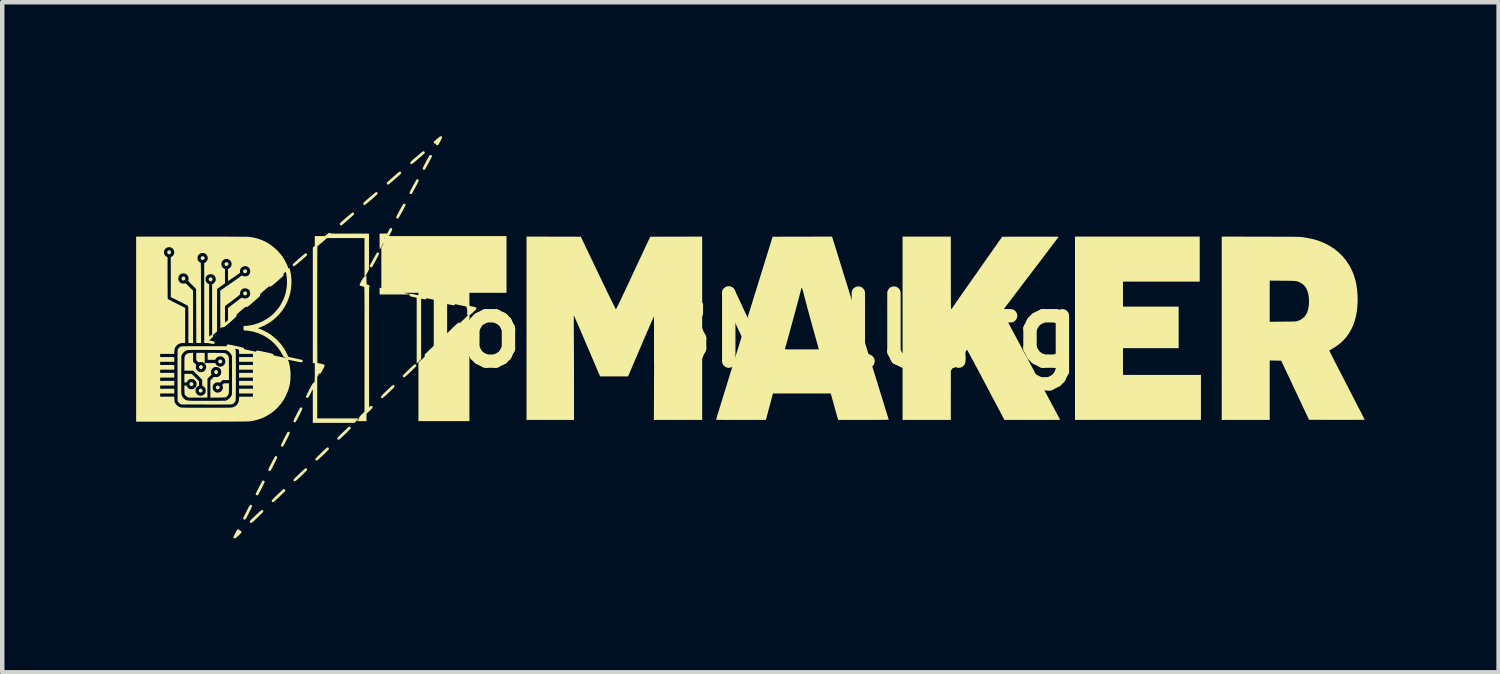
<source format=kicad_pcb>
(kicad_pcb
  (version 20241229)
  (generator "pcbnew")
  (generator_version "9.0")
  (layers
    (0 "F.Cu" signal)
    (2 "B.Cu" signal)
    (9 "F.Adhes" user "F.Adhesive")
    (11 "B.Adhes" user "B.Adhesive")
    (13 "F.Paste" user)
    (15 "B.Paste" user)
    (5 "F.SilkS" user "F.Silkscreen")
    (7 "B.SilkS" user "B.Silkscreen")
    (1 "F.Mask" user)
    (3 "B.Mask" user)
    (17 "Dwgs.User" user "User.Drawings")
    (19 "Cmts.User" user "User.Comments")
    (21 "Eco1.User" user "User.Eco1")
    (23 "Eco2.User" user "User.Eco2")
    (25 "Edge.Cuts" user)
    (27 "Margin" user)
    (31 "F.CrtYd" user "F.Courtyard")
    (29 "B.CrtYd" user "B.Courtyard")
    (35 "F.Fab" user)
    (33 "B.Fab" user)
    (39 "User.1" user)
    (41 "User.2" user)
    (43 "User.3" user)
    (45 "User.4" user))
  (footprint "logoBM_llarg"
    (layer "F.Cu")
    (at 13.784 4.351)
    (property "Reference" "logoBM_llarg" (at 0 0 0) (layer "F.SilkS") (effects (font (size 1.524 1.524) (thickness 0.3))))
    (attr board_only exclude_from_pos_files exclude_from_bom)
    (fp_poly (pts (xy 10.043 -1.092) (xy 8.324 -1.092) (xy 8.324 -0.532) (xy 9.571 -0.532) (xy 9.571 0.399) (xy 8.324 0.399) (xy 8.324 0.998) (xy 10.07 0.998) (xy 10.07 2.006) (xy 7.249 2.006) (xy 7.249 -2.101) (xy 10.043 -2.101)) (stroke (width 0) (type solid)) (fill yes) (layer "F.SilkS"))
    (fp_poly (pts (xy -12.531 1.162) (xy -12.514 1.175) (xy -12.502 1.19) (xy -12.498 1.203) (xy -12.504 1.22) (xy -12.506 1.225) (xy -12.52 1.24) (xy -12.539 1.248) (xy -12.56 1.245) (xy -12.562 1.244) (xy -12.579 1.232) (xy -12.588 1.215) (xy -12.588 1.196) (xy -12.58 1.178) (xy -12.569 1.167) (xy -12.55 1.159)) (stroke (width 0) (type solid)) (fill yes) (layer "F.SilkS"))
    (fp_poly (pts (xy -12.322 1.31) (xy -12.308 1.32) (xy -12.298 1.336) (xy -12.295 1.353) (xy -12.299 1.371) (xy -12.308 1.382) (xy -12.327 1.392) (xy -12.347 1.393) (xy -12.359 1.39) (xy -12.372 1.379) (xy -12.38 1.367) (xy -12.384 1.348) (xy -12.378 1.329) (xy -12.364 1.314) (xy -12.358 1.31) (xy -12.339 1.305)) (stroke (width 0) (type solid)) (fill yes) (layer "F.SilkS"))
    (fp_poly (pts (xy -12.106 -1.188) (xy -12.088 -1.176) (xy -12.083 -1.172) (xy -12.073 -1.153) (xy -12.073 -1.135) (xy -12.085 -1.116) (xy -12.087 -1.114) (xy -12.104 -1.101) (xy -12.119 -1.099) (xy -12.136 -1.106) (xy -12.143 -1.112) (xy -12.157 -1.129) (xy -12.16 -1.148) (xy -12.153 -1.166) (xy -12.142 -1.178) (xy -12.124 -1.188)) (stroke (width 0) (type solid)) (fill yes) (layer "F.SilkS"))
    (fp_poly (pts (xy -11.741 -1.524) (xy -11.73 -1.516) (xy -11.719 -1.498) (xy -11.716 -1.485) (xy -11.721 -1.466) (xy -11.73 -1.455) (xy -11.748 -1.443) (xy -11.761 -1.441) (xy -11.78 -1.446) (xy -11.791 -1.455) (xy -11.803 -1.472) (xy -11.805 -1.485) (xy -11.8 -1.505) (xy -11.791 -1.516) (xy -11.773 -1.527) (xy -11.761 -1.53)) (stroke (width 0) (type solid)) (fill yes) (layer "F.SilkS"))
    (fp_poly (pts (xy -13.033 -1.793) (xy -13.019 -1.785) (xy -13.008 -1.772) (xy -13.003 -1.756) (xy -13.004 -1.738) (xy -13.013 -1.721) (xy -13.019 -1.716) (xy -13.033 -1.705) (xy -13.044 -1.702) (xy -13.057 -1.706) (xy -13.063 -1.709) (xy -13.08 -1.722) (xy -13.089 -1.74) (xy -13.087 -1.76) (xy -13.077 -1.778) (xy -13.068 -1.786) (xy -13.05 -1.794)) (stroke (width 0) (type solid)) (fill yes) (layer "F.SilkS"))
    (fp_poly (pts (xy -12.712 -1.206) (xy -12.698 -1.197) (xy -12.687 -1.184) (xy -12.682 -1.168) (xy -12.683 -1.15) (xy -12.692 -1.134) (xy -12.698 -1.128) (xy -12.712 -1.118) (xy -12.723 -1.115) (xy -12.736 -1.118) (xy -12.741 -1.121) (xy -12.759 -1.135) (xy -12.767 -1.153) (xy -12.766 -1.172) (xy -12.755 -1.191) (xy -12.746 -1.199) (xy -12.729 -1.207)) (stroke (width 0) (type solid)) (fill yes) (layer "F.SilkS"))
    (fp_poly (pts (xy -12.318 0.78) (xy -12.304 0.792) (xy -12.293 0.806) (xy -12.287 0.82) (xy -12.287 0.822) (xy -12.292 0.839) (xy -12.303 0.854) (xy -12.319 0.864) (xy -12.336 0.868) (xy -12.343 0.866) (xy -12.36 0.855) (xy -12.372 0.838) (xy -12.376 0.823) (xy -12.371 0.806) (xy -12.359 0.791) (xy -12.344 0.779) (xy -12.331 0.776)) (stroke (width 0) (type solid)) (fill yes) (layer "F.SilkS"))
    (fp_poly (pts (xy -12.271 -1.655) (xy -12.256 -1.639) (xy -12.255 -1.637) (xy -12.249 -1.62) (xy -12.252 -1.606) (xy -12.264 -1.591) (xy -12.265 -1.59) (xy -12.283 -1.577) (xy -12.302 -1.575) (xy -12.32 -1.584) (xy -12.324 -1.587) (xy -12.336 -1.604) (xy -12.339 -1.623) (xy -12.331 -1.643) (xy -12.326 -1.649) (xy -12.308 -1.661) (xy -12.289 -1.663)) (stroke (width 0) (type solid)) (fill yes) (layer "F.SilkS"))
    (fp_poly (pts (xy -11.937 1.241) (xy -11.921 1.252) (xy -11.912 1.269) (xy -11.91 1.278) (xy -11.915 1.293) (xy -11.927 1.309) (xy -11.942 1.32) (xy -11.957 1.325) (xy -11.971 1.321) (xy -11.985 1.311) (xy -11.985 1.311) (xy -11.997 1.293) (xy -11.999 1.274) (xy -11.993 1.257) (xy -11.98 1.243) (xy -11.961 1.236) (xy -11.955 1.236)) (stroke (width 0) (type solid)) (fill yes) (layer "F.SilkS"))
    (fp_poly (pts (xy -11.328 -0.87) (xy -11.31 -0.858) (xy -11.3 -0.841) (xy -11.299 -0.821) (xy -11.301 -0.814) (xy -11.311 -0.799) (xy -11.323 -0.79) (xy -11.337 -0.783) (xy -11.346 -0.782) (xy -11.358 -0.787) (xy -11.362 -0.789) (xy -11.378 -0.802) (xy -11.386 -0.82) (xy -11.385 -0.839) (xy -11.375 -0.856) (xy -11.362 -0.867) (xy -11.349 -0.873) (xy -11.337 -0.873)) (stroke (width 0) (type solid)) (fill yes) (layer "F.SilkS"))
    (fp_poly (pts (xy -11.88 0.657) (xy -11.871 0.665) (xy -11.862 0.679) (xy -11.856 0.694) (xy -11.855 0.701) (xy -11.859 0.713) (xy -11.87 0.726) (xy -11.885 0.737) (xy -11.898 0.742) (xy -11.901 0.743) (xy -11.915 0.739) (xy -11.929 0.73) (xy -11.93 0.73) (xy -11.942 0.714) (xy -11.945 0.696) (xy -11.941 0.679) (xy -11.93 0.665) (xy -11.914 0.656) (xy -11.894 0.654)) (stroke (width 0) (type solid)) (fill yes) (layer "F.SilkS"))
    (fp_poly (pts (xy -11.329 -1.365) (xy -11.315 -1.357) (xy -11.314 -1.356) (xy -11.302 -1.34) (xy -11.299 -1.323) (xy -11.303 -1.306) (xy -11.314 -1.292) (xy -11.33 -1.283) (xy -11.35 -1.28) (xy -11.366 -1.284) (xy -11.374 -1.291) (xy -11.382 -1.305) (xy -11.388 -1.319) (xy -11.389 -1.328) (xy -11.385 -1.339) (xy -11.374 -1.352) (xy -11.36 -1.363) (xy -11.346 -1.369) (xy -11.343 -1.369)) (stroke (width 0) (type solid)) (fill yes) (layer "F.SilkS"))
    (fp_poly (pts (xy -11.983 0.89) (xy -11.969 0.899) (xy -11.966 0.901) (xy -11.953 0.915) (xy -11.949 0.931) (xy -11.949 0.934) (xy -11.952 0.95) (xy -11.963 0.964) (xy -11.966 0.967) (xy -11.98 0.977) (xy -11.991 0.98) (xy -12.004 0.977) (xy -12.008 0.975) (xy -12.023 0.964) (xy -12.034 0.947) (xy -12.038 0.932) (xy -12.033 0.919) (xy -12.023 0.905) (xy -12.009 0.893) (xy -11.996 0.887) (xy -11.994 0.887)) (stroke (width 0) (type solid)) (fill yes) (layer "F.SilkS"))
    (fp_poly (pts (xy -6.946 -4.347) (xy -6.934 -4.337) (xy -6.928 -4.324) (xy -6.928 -4.323) (xy -6.93 -4.316) (xy -6.937 -4.301) (xy -6.947 -4.28) (xy -6.959 -4.257) (xy -6.972 -4.231) (xy -6.985 -4.207) (xy -6.997 -4.185) (xy -7.007 -4.168) (xy -7.012 -4.161) (xy -7.026 -4.148) (xy -7.042 -4.145) (xy -7.057 -4.151) (xy -7.064 -4.159) (xy -7.069 -4.171) (xy -7.069 -4.178) (xy -7.072 -4.182) (xy -7.082 -4.183) (xy -7.083 -4.183) (xy -7.102 -4.187) (xy -7.113 -4.197) (xy -7.116 -4.211) (xy -7.11 -4.228) (xy -7.101 -4.239) (xy -7.077 -4.261) (xy -7.052 -4.283) (xy -7.027 -4.305) (xy -7.004 -4.323) (xy -6.984 -4.338) (xy -6.968 -4.347) (xy -6.96 -4.351)) (stroke (width 0) (type solid)) (fill yes) (layer "F.SilkS"))
    (fp_poly (pts (xy -10.633 2.823) (xy -10.625 2.837) (xy -10.624 2.844) (xy -10.627 2.853) (xy -10.634 2.871) (xy -10.645 2.895) (xy -10.658 2.924) (xy -10.674 2.957) (xy -10.691 2.991) (xy -10.708 3.025) (xy -10.725 3.058) (xy -10.741 3.088) (xy -10.755 3.113) (xy -10.766 3.132) (xy -10.774 3.143) (xy -10.775 3.144) (xy -10.788 3.152) (xy -10.8 3.152) (xy -10.812 3.145) (xy -10.821 3.134) (xy -10.824 3.124) (xy -10.821 3.115) (xy -10.814 3.097) (xy -10.803 3.074) (xy -10.79 3.046) (xy -10.774 3.014) (xy -10.756 2.98) (xy -10.738 2.946) (xy -10.721 2.913) (xy -10.704 2.883) (xy -10.689 2.857) (xy -10.677 2.836) (xy -10.668 2.823) (xy -10.664 2.819) (xy -10.647 2.816)) (stroke (width 0) (type solid)) (fill yes) (layer "F.SilkS"))
    (fp_poly (pts (xy -11.482 4.459) (xy -11.47 4.467) (xy -11.467 4.479) (xy -11.464 4.487) (xy -11.453 4.489) (xy -11.451 4.489) (xy -11.434 4.493) (xy -11.425 4.504) (xy -11.423 4.518) (xy -11.424 4.525) (xy -11.43 4.534) (xy -11.44 4.547) (xy -11.456 4.564) (xy -11.479 4.586) (xy -11.49 4.597) (xy -11.518 4.623) (xy -11.541 4.643) (xy -11.558 4.655) (xy -11.571 4.661) (xy -11.582 4.661) (xy -11.591 4.657) (xy -11.597 4.652) (xy -11.604 4.641) (xy -11.605 4.634) (xy -11.603 4.626) (xy -11.596 4.611) (xy -11.586 4.589) (xy -11.573 4.563) (xy -11.562 4.542) (xy -11.546 4.511) (xy -11.534 4.489) (xy -11.525 4.474) (xy -11.518 4.465) (xy -11.512 4.46) (xy -11.506 4.458) (xy -11.501 4.457)) (stroke (width 0) (type solid)) (fill yes) (layer "F.SilkS"))
    (fp_poly (pts (xy -10.083 1.726) (xy -10.075 1.73) (xy -10.073 1.731) (xy -10.063 1.742) (xy -10.059 1.753) (xy -10.062 1.761) (xy -10.069 1.777) (xy -10.079 1.8) (xy -10.093 1.828) (xy -10.108 1.86) (xy -10.125 1.894) (xy -10.143 1.928) (xy -10.16 1.961) (xy -10.176 1.991) (xy -10.19 2.017) (xy -10.202 2.038) (xy -10.21 2.051) (xy -10.213 2.055) (xy -10.229 2.061) (xy -10.246 2.057) (xy -10.25 2.054) (xy -10.255 2.049) (xy -10.258 2.041) (xy -10.257 2.03) (xy -10.253 2.015) (xy -10.245 1.995) (xy -10.233 1.968) (xy -10.217 1.935) (xy -10.195 1.893) (xy -10.185 1.872) (xy -10.162 1.828) (xy -10.143 1.793) (xy -10.128 1.766) (xy -10.116 1.747) (xy -10.106 1.734) (xy -10.098 1.727) (xy -10.09 1.725)) (stroke (width 0) (type solid)) (fill yes) (layer "F.SilkS"))
    (fp_poly (pts (xy -8.993 2.16) (xy -8.981 2.171) (xy -8.974 2.185) (xy -8.974 2.19) (xy -8.978 2.197) (xy -8.99 2.211) (xy -9.008 2.23) (xy -9.032 2.254) (xy -9.06 2.283) (xy -9.093 2.314) (xy -9.105 2.326) (xy -9.141 2.361) (xy -9.171 2.389) (xy -9.194 2.411) (xy -9.213 2.427) (xy -9.226 2.438) (xy -9.237 2.445) (xy -9.244 2.449) (xy -9.249 2.45) (xy -9.263 2.447) (xy -9.272 2.442) (xy -9.276 2.431) (xy -9.277 2.417) (xy -9.275 2.411) (xy -9.27 2.403) (xy -9.261 2.392) (xy -9.247 2.377) (xy -9.228 2.357) (xy -9.202 2.332) (xy -9.17 2.301) (xy -9.146 2.278) (xy -9.107 2.242) (xy -9.074 2.211) (xy -9.047 2.187) (xy -9.026 2.169) (xy -9.012 2.159) (xy -9.006 2.156)) (stroke (width 0) (type solid)) (fill yes) (layer "F.SilkS"))
    (fp_poly (pts (xy -10.93 3.366) (xy -10.916 3.372) (xy -10.908 3.381) (xy -10.906 3.386) (xy -10.905 3.391) (xy -10.906 3.398) (xy -10.909 3.408) (xy -10.915 3.422) (xy -10.924 3.441) (xy -10.937 3.467) (xy -10.954 3.5) (xy -10.973 3.539) (xy -10.993 3.576) (xy -11.01 3.61) (xy -11.026 3.64) (xy -11.04 3.664) (xy -11.049 3.68) (xy -11.055 3.689) (xy -11.056 3.69) (xy -11.072 3.696) (xy -11.088 3.693) (xy -11.097 3.687) (xy -11.105 3.675) (xy -11.107 3.668) (xy -11.104 3.661) (xy -11.097 3.646) (xy -11.087 3.624) (xy -11.074 3.597) (xy -11.058 3.567) (xy -11.042 3.534) (xy -11.025 3.5) (xy -11.008 3.467) (xy -10.992 3.437) (xy -10.978 3.411) (xy -10.967 3.39) (xy -10.959 3.376) (xy -10.955 3.371) (xy -10.944 3.365)) (stroke (width 0) (type solid)) (fill yes) (layer "F.SilkS"))
    (fp_poly (pts (xy -10.351 2.277) (xy -10.348 2.279) (xy -10.343 2.289) (xy -10.342 2.299) (xy -10.344 2.307) (xy -10.351 2.323) (xy -10.362 2.346) (xy -10.375 2.374) (xy -10.39 2.406) (xy -10.407 2.439) (xy -10.424 2.473) (xy -10.44 2.506) (xy -10.456 2.535) (xy -10.47 2.561) (xy -10.481 2.581) (xy -10.488 2.593) (xy -10.49 2.595) (xy -10.503 2.603) (xy -10.519 2.604) (xy -10.533 2.6) (xy -10.535 2.598) (xy -10.54 2.588) (xy -10.541 2.578) (xy -10.539 2.57) (xy -10.532 2.554) (xy -10.522 2.531) (xy -10.508 2.503) (xy -10.493 2.471) (xy -10.476 2.438) (xy -10.459 2.404) (xy -10.443 2.372) (xy -10.427 2.342) (xy -10.413 2.316) (xy -10.402 2.297) (xy -10.395 2.284) (xy -10.393 2.282) (xy -10.38 2.274) (xy -10.364 2.273)) (stroke (width 0) (type solid)) (fill yes) (layer "F.SilkS"))
    (fp_poly (pts (xy -8.358 -1.742) (xy -8.346 -1.732) (xy -8.341 -1.717) (xy -8.341 -1.717) (xy -8.344 -1.71) (xy -8.351 -1.695) (xy -8.361 -1.673) (xy -8.375 -1.646) (xy -8.391 -1.615) (xy -8.408 -1.582) (xy -8.426 -1.549) (xy -8.443 -1.516) (xy -8.46 -1.486) (xy -8.474 -1.46) (xy -8.486 -1.439) (xy -8.494 -1.425) (xy -8.498 -1.42) (xy -8.509 -1.414) (xy -8.524 -1.414) (xy -8.538 -1.421) (xy -8.544 -1.427) (xy -8.55 -1.438) (xy -8.55 -1.446) (xy -8.545 -1.458) (xy -8.544 -1.462) (xy -8.536 -1.477) (xy -8.525 -1.499) (xy -8.51 -1.526) (xy -8.494 -1.556) (xy -8.476 -1.589) (xy -8.458 -1.621) (xy -8.441 -1.653) (xy -8.424 -1.682) (xy -8.41 -1.707) (xy -8.399 -1.726) (xy -8.391 -1.738) (xy -8.389 -1.742) (xy -8.373 -1.746)) (stroke (width 0) (type solid)) (fill yes) (layer "F.SilkS"))
    (fp_poly (pts (xy -8.011 1.229) (xy -8 1.241) (xy -7.997 1.255) (xy -7.998 1.26) (xy -8 1.266) (xy -8.005 1.274) (xy -8.013 1.284) (xy -8.025 1.297) (xy -8.043 1.315) (xy -8.066 1.337) (xy -8.095 1.365) (xy -8.126 1.394) (xy -8.164 1.43) (xy -8.195 1.459) (xy -8.22 1.482) (xy -8.24 1.498) (xy -8.255 1.509) (xy -8.267 1.516) (xy -8.276 1.518) (xy -8.283 1.516) (xy -8.29 1.512) (xy -8.293 1.509) (xy -8.3 1.496) (xy -8.302 1.487) (xy -8.298 1.48) (xy -8.287 1.467) (xy -8.27 1.449) (xy -8.249 1.427) (xy -8.224 1.401) (xy -8.196 1.374) (xy -8.167 1.346) (xy -8.138 1.319) (xy -8.11 1.293) (xy -8.085 1.27) (xy -8.063 1.25) (xy -8.045 1.236) (xy -8.033 1.227) (xy -8.029 1.225)) (stroke (width 0) (type solid)) (fill yes) (layer "F.SilkS"))
    (fp_poly (pts (xy -7.763 -2.834) (xy -7.752 -2.824) (xy -7.748 -2.809) (xy -7.751 -2.802) (xy -7.758 -2.787) (xy -7.769 -2.765) (xy -7.783 -2.737) (xy -7.799 -2.707) (xy -7.817 -2.674) (xy -7.835 -2.64) (xy -7.853 -2.607) (xy -7.87 -2.577) (xy -7.884 -2.551) (xy -7.897 -2.53) (xy -7.906 -2.515) (xy -7.91 -2.51) (xy -7.926 -2.505) (xy -7.943 -2.51) (xy -7.949 -2.515) (xy -7.957 -2.527) (xy -7.958 -2.536) (xy -7.956 -2.543) (xy -7.948 -2.559) (xy -7.937 -2.582) (xy -7.922 -2.611) (xy -7.905 -2.644) (xy -7.885 -2.68) (xy -7.879 -2.691) (xy -7.857 -2.732) (xy -7.839 -2.764) (xy -7.825 -2.789) (xy -7.814 -2.808) (xy -7.806 -2.82) (xy -7.799 -2.828) (xy -7.794 -2.833) (xy -7.789 -2.836) (xy -7.783 -2.836) (xy -7.781 -2.837)) (stroke (width 0) (type solid)) (fill yes) (layer "F.SilkS"))
    (fp_poly (pts (xy -7.473 -3.383) (xy -7.464 -3.379) (xy -7.458 -3.374) (xy -7.455 -3.366) (xy -7.456 -3.355) (xy -7.461 -3.34) (xy -7.469 -3.319) (xy -7.482 -3.292) (xy -7.5 -3.257) (xy -7.523 -3.214) (xy -7.53 -3.203) (xy -7.549 -3.166) (xy -7.568 -3.133) (xy -7.584 -3.105) (xy -7.597 -3.082) (xy -7.606 -3.066) (xy -7.611 -3.058) (xy -7.612 -3.058) (xy -7.624 -3.054) (xy -7.64 -3.055) (xy -7.652 -3.06) (xy -7.653 -3.06) (xy -7.658 -3.071) (xy -7.659 -3.081) (xy -7.657 -3.09) (xy -7.649 -3.106) (xy -7.638 -3.129) (xy -7.624 -3.157) (xy -7.608 -3.189) (xy -7.59 -3.223) (xy -7.572 -3.256) (xy -7.554 -3.289) (xy -7.537 -3.319) (xy -7.522 -3.345) (xy -7.51 -3.366) (xy -7.501 -3.379) (xy -7.498 -3.383) (xy -7.483 -3.386)) (stroke (width 0) (type solid)) (fill yes) (layer "F.SilkS"))
    (fp_poly (pts (xy -11.208 3.91) (xy -11.202 3.913) (xy -11.191 3.923) (xy -11.185 3.934) (xy -11.187 3.941) (xy -11.194 3.957) (xy -11.204 3.979) (xy -11.217 4.007) (xy -11.232 4.038) (xy -11.248 4.071) (xy -11.265 4.105) (xy -11.282 4.138) (xy -11.297 4.168) (xy -11.311 4.194) (xy -11.322 4.214) (xy -11.331 4.227) (xy -11.333 4.23) (xy -11.347 4.239) (xy -11.363 4.239) (xy -11.377 4.231) (xy -11.382 4.226) (xy -11.384 4.221) (xy -11.386 4.216) (xy -11.385 4.209) (xy -11.382 4.2) (xy -11.376 4.186) (xy -11.367 4.166) (xy -11.354 4.14) (xy -11.336 4.105) (xy -11.332 4.096) (xy -11.307 4.047) (xy -11.286 4.006) (xy -11.269 3.974) (xy -11.255 3.949) (xy -11.244 3.931) (xy -11.235 3.919) (xy -11.227 3.911) (xy -11.221 3.908) (xy -11.214 3.908)) (stroke (width 0) (type solid)) (fill yes) (layer "F.SilkS"))
    (fp_poly (pts (xy -10.458 3.559) (xy -10.447 3.57) (xy -10.443 3.585) (xy -10.444 3.597) (xy -10.45 3.606) (xy -10.462 3.619) (xy -10.472 3.629) (xy -10.482 3.638) (xy -10.499 3.654) (xy -10.522 3.675) (xy -10.548 3.7) (xy -10.576 3.727) (xy -10.597 3.747) (xy -10.626 3.774) (xy -10.652 3.798) (xy -10.675 3.819) (xy -10.693 3.835) (xy -10.705 3.845) (xy -10.711 3.848) (xy -10.724 3.848) (xy -10.734 3.843) (xy -10.745 3.83) (xy -10.746 3.819) (xy -10.745 3.813) (xy -10.742 3.806) (xy -10.735 3.796) (xy -10.723 3.784) (xy -10.707 3.766) (xy -10.685 3.744) (xy -10.656 3.716) (xy -10.625 3.687) (xy -10.594 3.657) (xy -10.565 3.63) (xy -10.539 3.606) (xy -10.518 3.586) (xy -10.502 3.571) (xy -10.492 3.563) (xy -10.49 3.561) (xy -10.474 3.556)) (stroke (width 0) (type solid)) (fill yes) (layer "F.SilkS"))
    (fp_poly (pts (xy -9.965 -1.72) (xy -9.956 -1.707) (xy -9.954 -1.696) (xy -9.955 -1.691) (xy -9.958 -1.685) (xy -9.964 -1.677) (xy -9.974 -1.666) (xy -9.988 -1.652) (xy -10.008 -1.634) (xy -10.035 -1.611) (xy -10.068 -1.581) (xy -10.095 -1.558) (xy -10.129 -1.529) (xy -10.161 -1.502) (xy -10.189 -1.479) (xy -10.213 -1.46) (xy -10.231 -1.446) (xy -10.243 -1.437) (xy -10.247 -1.435) (xy -10.259 -1.439) (xy -10.265 -1.442) (xy -10.276 -1.457) (xy -10.276 -1.474) (xy -10.275 -1.478) (xy -10.27 -1.484) (xy -10.258 -1.496) (xy -10.239 -1.514) (xy -10.216 -1.535) (xy -10.19 -1.559) (xy -10.161 -1.585) (xy -10.131 -1.611) (xy -10.101 -1.637) (xy -10.072 -1.662) (xy -10.046 -1.684) (xy -10.024 -1.702) (xy -10.007 -1.716) (xy -9.996 -1.724) (xy -9.994 -1.725) (xy -9.979 -1.727)) (stroke (width 0) (type solid)) (fill yes) (layer "F.SilkS"))
    (fp_poly (pts (xy -7.522 0.763) (xy -7.51 0.773) (xy -7.505 0.788) (xy -7.506 0.795) (xy -7.511 0.802) (xy -7.523 0.816) (xy -7.542 0.836) (xy -7.567 0.861) (xy -7.597 0.89) (xy -7.63 0.923) (xy -7.639 0.931) (xy -7.676 0.966) (xy -7.707 0.995) (xy -7.732 1.017) (xy -7.752 1.034) (xy -7.767 1.045) (xy -7.778 1.051) (xy -7.787 1.054) (xy -7.794 1.053) (xy -7.8 1.049) (xy -7.802 1.046) (xy -7.807 1.036) (xy -7.809 1.022) (xy -7.808 1.017) (xy -7.806 1.01) (xy -7.8 1.002) (xy -7.791 0.992) (xy -7.778 0.977) (xy -7.759 0.959) (xy -7.735 0.935) (xy -7.703 0.905) (xy -7.681 0.883) (xy -7.641 0.846) (xy -7.609 0.816) (xy -7.583 0.793) (xy -7.563 0.776) (xy -7.549 0.766) (xy -7.54 0.761) (xy -7.538 0.76)) (stroke (width 0) (type solid)) (fill yes) (layer "F.SilkS"))
    (fp_poly (pts (xy -9.965 3.096) (xy -9.956 3.109) (xy -9.954 3.12) (xy -9.955 3.125) (xy -9.958 3.132) (xy -9.965 3.141) (xy -9.977 3.154) (xy -9.993 3.171) (xy -10.014 3.192) (xy -10.043 3.219) (xy -10.078 3.253) (xy -10.082 3.257) (xy -10.119 3.292) (xy -10.149 3.32) (xy -10.173 3.341) (xy -10.191 3.357) (xy -10.205 3.368) (xy -10.216 3.375) (xy -10.224 3.379) (xy -10.227 3.38) (xy -10.242 3.379) (xy -10.252 3.374) (xy -10.257 3.364) (xy -10.259 3.352) (xy -10.257 3.347) (xy -10.253 3.34) (xy -10.246 3.329) (xy -10.233 3.316) (xy -10.216 3.298) (xy -10.192 3.275) (xy -10.162 3.246) (xy -10.131 3.216) (xy -10.1 3.186) (xy -10.07 3.159) (xy -10.044 3.135) (xy -10.022 3.115) (xy -10.005 3.1) (xy -9.995 3.092) (xy -9.993 3.09) (xy -9.979 3.089)) (stroke (width 0) (type solid)) (fill yes) (layer "F.SilkS"))
    (fp_poly (pts (xy -7.184 -3.928) (xy -7.169 -3.925) (xy -7.161 -3.918) (xy -7.158 -3.912) (xy -7.157 -3.907) (xy -7.158 -3.9) (xy -7.161 -3.89) (xy -7.167 -3.876) (xy -7.177 -3.857) (xy -7.19 -3.831) (xy -7.207 -3.799) (xy -7.229 -3.757) (xy -7.229 -3.757) (xy -7.249 -3.72) (xy -7.268 -3.687) (xy -7.284 -3.657) (xy -7.298 -3.633) (xy -7.308 -3.616) (xy -7.314 -3.607) (xy -7.314 -3.607) (xy -7.328 -3.598) (xy -7.344 -3.599) (xy -7.356 -3.607) (xy -7.364 -3.619) (xy -7.366 -3.627) (xy -7.363 -3.634) (xy -7.356 -3.65) (xy -7.345 -3.672) (xy -7.332 -3.699) (xy -7.316 -3.729) (xy -7.299 -3.762) (xy -7.281 -3.795) (xy -7.264 -3.827) (xy -7.247 -3.857) (xy -7.233 -3.882) (xy -7.222 -3.902) (xy -7.217 -3.909) (xy -7.208 -3.922) (xy -7.2 -3.928) (xy -7.187 -3.929)) (stroke (width 0) (type solid)) (fill yes) (layer "F.SilkS"))
    (fp_poly (pts (xy -10.946 4.027) (xy -10.937 4.039) (xy -10.935 4.052) (xy -10.935 4.056) (xy -10.937 4.06) (xy -10.94 4.066) (xy -10.946 4.074) (xy -10.955 4.084) (xy -10.968 4.097) (xy -10.985 4.115) (xy -11.008 4.137) (xy -11.037 4.165) (xy -11.072 4.199) (xy -11.115 4.24) (xy -11.115 4.24) (xy -11.144 4.269) (xy -11.167 4.29) (xy -11.185 4.304) (xy -11.198 4.313) (xy -11.208 4.316) (xy -11.216 4.316) (xy -11.223 4.311) (xy -11.229 4.306) (xy -11.238 4.291) (xy -11.237 4.275) (xy -11.227 4.26) (xy -11.22 4.253) (xy -11.206 4.239) (xy -11.186 4.22) (xy -11.162 4.197) (xy -11.134 4.17) (xy -11.104 4.141) (xy -11.097 4.135) (xy -11.062 4.102) (xy -11.034 4.076) (xy -11.012 4.056) (xy -10.995 4.042) (xy -10.983 4.032) (xy -10.973 4.026) (xy -10.966 4.024) (xy -10.964 4.024)) (stroke (width 0) (type solid)) (fill yes) (layer "F.SilkS"))
    (fp_poly (pts (xy -8.912 -2.634) (xy -8.903 -2.622) (xy -8.901 -2.611) (xy -8.902 -2.604) (xy -8.906 -2.597) (xy -8.914 -2.587) (xy -8.927 -2.574) (xy -8.946 -2.556) (xy -8.973 -2.533) (xy -8.98 -2.526) (xy -9.028 -2.484) (xy -9.069 -2.449) (xy -9.102 -2.42) (xy -9.129 -2.397) (xy -9.15 -2.379) (xy -9.166 -2.366) (xy -9.178 -2.357) (xy -9.186 -2.352) (xy -9.19 -2.35) (xy -9.191 -2.35) (xy -9.2 -2.353) (xy -9.21 -2.359) (xy -9.22 -2.372) (xy -9.222 -2.383) (xy -9.221 -2.388) (xy -9.218 -2.395) (xy -9.212 -2.403) (xy -9.203 -2.413) (xy -9.188 -2.427) (xy -9.168 -2.446) (xy -9.141 -2.469) (xy -9.108 -2.499) (xy -9.086 -2.517) (xy -9.053 -2.546) (xy -9.022 -2.573) (xy -8.994 -2.596) (xy -8.971 -2.615) (xy -8.954 -2.63) (xy -8.943 -2.638) (xy -8.94 -2.64) (xy -8.926 -2.641)) (stroke (width 0) (type solid)) (fill yes) (layer "F.SilkS"))
    (fp_poly (pts (xy -8.385 -3.094) (xy -8.376 -3.082) (xy -8.375 -3.066) (xy -8.377 -3.06) (xy -8.381 -3.053) (xy -8.389 -3.044) (xy -8.401 -3.031) (xy -8.418 -3.015) (xy -8.441 -2.994) (xy -8.471 -2.968) (xy -8.508 -2.935) (xy -8.515 -2.929) (xy -8.555 -2.895) (xy -8.588 -2.867) (xy -8.614 -2.845) (xy -8.635 -2.829) (xy -8.651 -2.818) (xy -8.663 -2.812) (xy -8.672 -2.809) (xy -8.68 -2.81) (xy -8.686 -2.814) (xy -8.689 -2.817) (xy -8.694 -2.828) (xy -8.695 -2.843) (xy -8.692 -2.857) (xy -8.692 -2.858) (xy -8.686 -2.863) (xy -8.674 -2.874) (xy -8.655 -2.891) (xy -8.631 -2.912) (xy -8.603 -2.937) (xy -8.571 -2.964) (xy -8.552 -2.981) (xy -8.513 -3.015) (xy -8.481 -3.042) (xy -8.455 -3.063) (xy -8.435 -3.079) (xy -8.421 -3.089) (xy -8.41 -3.096) (xy -8.403 -3.098) (xy -8.402 -3.098)) (stroke (width 0) (type solid)) (fill yes) (layer "F.SilkS"))
    (fp_poly (pts (xy -7.337 -4.012) (xy -7.331 -4.008) (xy -7.325 -4.001) (xy -7.324 -3.999) (xy -7.318 -3.987) (xy -7.32 -3.977) (xy -7.322 -3.971) (xy -7.328 -3.964) (xy -7.341 -3.951) (xy -7.361 -3.933) (xy -7.386 -3.91) (xy -7.415 -3.884) (xy -7.447 -3.856) (xy -7.464 -3.841) (xy -7.504 -3.807) (xy -7.536 -3.78) (xy -7.561 -3.759) (xy -7.581 -3.743) (xy -7.597 -3.733) (xy -7.609 -3.727) (xy -7.618 -3.725) (xy -7.625 -3.726) (xy -7.631 -3.73) (xy -7.634 -3.733) (xy -7.642 -3.748) (xy -7.64 -3.765) (xy -7.627 -3.783) (xy -7.622 -3.787) (xy -7.612 -3.796) (xy -7.596 -3.811) (xy -7.573 -3.83) (xy -7.546 -3.854) (xy -7.516 -3.88) (xy -7.484 -3.908) (xy -7.482 -3.909) (xy -7.444 -3.942) (xy -7.414 -3.968) (xy -7.39 -3.987) (xy -7.371 -4.001) (xy -7.357 -4.009) (xy -7.346 -4.013)) (stroke (width 0) (type solid)) (fill yes) (layer "F.SilkS"))
    (fp_poly (pts (xy -9.48 2.626) (xy -9.47 2.633) (xy -9.466 2.646) (xy -9.466 2.651) (xy -9.467 2.657) (xy -9.469 2.663) (xy -9.473 2.671) (xy -9.48 2.68) (xy -9.492 2.693) (xy -9.508 2.709) (xy -9.53 2.731) (xy -9.558 2.758) (xy -9.594 2.792) (xy -9.595 2.793) (xy -9.631 2.827) (xy -9.66 2.854) (xy -9.683 2.876) (xy -9.701 2.891) (xy -9.714 2.902) (xy -9.725 2.909) (xy -9.732 2.913) (xy -9.739 2.915) (xy -9.742 2.915) (xy -9.758 2.912) (xy -9.766 2.904) (xy -9.769 2.889) (xy -9.769 2.88) (xy -9.764 2.873) (xy -9.753 2.861) (xy -9.735 2.843) (xy -9.714 2.821) (xy -9.688 2.795) (xy -9.661 2.769) (xy -9.632 2.741) (xy -9.604 2.714) (xy -9.577 2.688) (xy -9.552 2.666) (xy -9.532 2.647) (xy -9.516 2.633) (xy -9.506 2.626) (xy -9.504 2.625) (xy -9.489 2.623)) (stroke (width 0) (type solid)) (fill yes) (layer "F.SilkS"))
    (fp_poly (pts (xy -7.862 -3.554) (xy -7.852 -3.546) (xy -7.848 -3.534) (xy -7.848 -3.528) (xy -7.848 -3.522) (xy -7.85 -3.516) (xy -7.854 -3.509) (xy -7.862 -3.5) (xy -7.873 -3.489) (xy -7.89 -3.473) (xy -7.912 -3.453) (xy -7.941 -3.428) (xy -7.971 -3.402) (xy -8.013 -3.366) (xy -8.047 -3.336) (xy -8.074 -3.313) (xy -8.095 -3.295) (xy -8.112 -3.281) (xy -8.124 -3.272) (xy -8.133 -3.267) (xy -8.139 -3.265) (xy -8.144 -3.265) (xy -8.148 -3.267) (xy -8.153 -3.27) (xy -8.157 -3.273) (xy -8.167 -3.287) (xy -8.169 -3.297) (xy -8.168 -3.303) (xy -8.165 -3.309) (xy -8.159 -3.317) (xy -8.149 -3.328) (xy -8.134 -3.343) (xy -8.113 -3.361) (xy -8.086 -3.385) (xy -8.052 -3.415) (xy -8.033 -3.432) (xy -8 -3.46) (xy -7.969 -3.487) (xy -7.941 -3.51) (xy -7.918 -3.53) (xy -7.9 -3.544) (xy -7.889 -3.553) (xy -7.886 -3.555) (xy -7.87 -3.556)) (stroke (width 0) (type solid)) (fill yes) (layer "F.SilkS"))
    (fp_poly (pts (xy -1.103 2.006) (xy -2.185 2.006) (xy -2.182 0.982) (xy -2.181 0.874) (xy -2.181 0.768) (xy -2.18 0.664) (xy -2.18 0.562) (xy -2.179 0.464) (xy -2.179 0.371) (xy -2.178 0.282) (xy -2.178 0.199) (xy -2.177 0.122) (xy -2.177 0.052) (xy -2.177 -0.011) (xy -2.176 -0.066) (xy -2.176 -0.112) (xy -2.175 -0.148) (xy -2.175 -0.174) (xy -2.175 -0.184) (xy -2.174 -0.225) (xy -2.174 -0.26) (xy -2.174 -0.289) (xy -2.174 -0.311) (xy -2.175 -0.324) (xy -2.176 -0.327) (xy -2.179 -0.323) (xy -2.185 -0.31) (xy -2.195 -0.289) (xy -2.208 -0.26) (xy -2.225 -0.221) (xy -2.246 -0.174) (xy -2.271 -0.118) (xy -2.299 -0.052) (xy -2.331 0.023) (xy -2.368 0.107) (xy -2.408 0.201) (xy -2.452 0.304) (xy -2.501 0.418) (xy -2.554 0.541) (xy -2.604 0.658) (xy -2.763 1.031) (xy -3.077 1.031) (xy -3.391 1.031) (xy -3.532 0.7) (xy -3.561 0.631) (xy -3.594 0.554) (xy -3.629 0.472) (xy -3.666 0.386) (xy -3.703 0.3) (xy -3.739 0.214) (xy -3.774 0.133) (xy -3.806 0.057) (xy -3.822 0.021) (xy -3.852 -0.05) (xy -3.878 -0.111) (xy -3.901 -0.163) (xy -3.92 -0.206) (xy -3.936 -0.242) (xy -3.949 -0.271) (xy -3.959 -0.293) (xy -3.967 -0.309) (xy -3.973 -0.319) (xy -3.977 -0.325) (xy -3.98 -0.327) (xy -3.987 -0.325) (xy -3.988 -0.316) (xy -3.987 -0.312) (xy -3.987 -0.303) (xy -3.986 -0.284) (xy -3.986 -0.256) (xy -3.985 -0.218) (xy -3.984 -0.172) (xy -3.984 -0.118) (xy -3.983 -0.058) (xy -3.982 0.009) (xy -3.982 0.082) (xy -3.981 0.16) (xy -3.98 0.241) (xy -3.979 0.327) (xy -3.979 0.416) (xy -3.978 0.506) (xy -3.977 0.599) (xy -3.977 0.692) (xy -3.976 0.785) (xy -3.976 0.878) (xy -3.975 0.97) (xy -3.975 1.06) (xy -3.975 1.147) (xy -3.974 1.232) (xy -3.974 1.312) (xy -3.974 1.388) (xy -3.974 1.459) (xy -3.974 1.483) (xy -3.974 2.006) (xy -5.038 2.006) (xy -5.038 -2.101) (xy -3.822 -2.098) (xy -3.434 -1.286) (xy -3.381 -1.177) (xy -3.333 -1.075) (xy -3.287 -0.98) (xy -3.245 -0.892) (xy -3.206 -0.812) (xy -3.171 -0.74) (xy -3.139 -0.675) (xy -3.112 -0.62) (xy -3.088 -0.572) (xy -3.069 -0.534) (xy -3.054 -0.504) (xy -3.044 -0.484) (xy -3.038 -0.474) (xy -3.037 -0.472) (xy -3.034 -0.475) (xy -3.029 -0.483) (xy -3.022 -0.496) (xy -3.012 -0.516) (xy -2.999 -0.542) (xy -2.982 -0.575) (xy -2.963 -0.615) (xy -2.94 -0.662) (xy -2.914 -0.717) (xy -2.884 -0.78) (xy -2.851 -0.851) (xy -2.813 -0.931) (xy -2.771 -1.02) (xy -2.725 -1.118) (xy -2.675 -1.226) (xy -2.648 -1.284) (xy -2.267 -2.098) (xy -1.685 -2.099) (xy -1.103 -2.101)) (stroke (width 0) (type solid)) (fill yes) (layer "F.SilkS"))
    (fp_poly (pts (xy 11.407 -2.099) (xy 11.522 -2.099) (xy 11.627 -2.099) (xy 11.721 -2.098) (xy 11.806 -2.098) (xy 11.883 -2.098) (xy 11.951 -2.098) (xy 12.011 -2.097) (xy 12.064 -2.097) (xy 12.111 -2.097) (xy 12.151 -2.096) (xy 12.186 -2.096) (xy 12.216 -2.095) (xy 12.242 -2.094) (xy 12.264 -2.094) (xy 12.282 -2.093) (xy 12.298 -2.092) (xy 12.312 -2.091) (xy 12.325 -2.09) (xy 12.336 -2.089) (xy 12.347 -2.087) (xy 12.358 -2.086) (xy 12.363 -2.085) (xy 12.463 -2.069) (xy 12.554 -2.05) (xy 12.638 -2.028) (xy 12.718 -2.002) (xy 12.795 -1.972) (xy 12.866 -1.94) (xy 12.97 -1.884) (xy 13.067 -1.819) (xy 13.156 -1.746) (xy 13.238 -1.666) (xy 13.312 -1.578) (xy 13.377 -1.484) (xy 13.434 -1.383) (xy 13.481 -1.277) (xy 13.519 -1.166) (xy 13.534 -1.112) (xy 13.556 -1.004) (xy 13.571 -0.89) (xy 13.58 -0.772) (xy 13.581 -0.654) (xy 13.575 -0.536) (xy 13.563 -0.423) (xy 13.547 -0.337) (xy 13.519 -0.224) (xy 13.482 -0.118) (xy 13.437 -0.02) (xy 13.384 0.071) (xy 13.323 0.155) (xy 13.253 0.232) (xy 13.174 0.303) (xy 13.086 0.367) (xy 13.022 0.407) (xy 12.997 0.422) (xy 12.975 0.434) (xy 12.958 0.444) (xy 12.947 0.449) (xy 12.945 0.45) (xy 12.947 0.455) (xy 12.954 0.47) (xy 12.965 0.493) (xy 12.981 0.524) (xy 13.001 0.563) (xy 13.024 0.61) (xy 13.051 0.663) (xy 13.081 0.722) (xy 13.114 0.787) (xy 13.15 0.856) (xy 13.188 0.931) (xy 13.228 1.009) (xy 13.271 1.091) (xy 13.314 1.176) (xy 13.34 1.225) (xy 13.384 1.311) (xy 13.428 1.395) (xy 13.469 1.476) (xy 13.509 1.553) (xy 13.546 1.625) (xy 13.581 1.693) (xy 13.613 1.756) (xy 13.643 1.812) (xy 13.668 1.863) (xy 13.691 1.906) (xy 13.709 1.942) (xy 13.723 1.97) (xy 13.733 1.99) (xy 13.738 2) (xy 13.739 2.002) (xy 13.734 2.003) (xy 13.718 2.003) (xy 13.692 2.004) (xy 13.658 2.004) (xy 13.615 2.004) (xy 13.565 2.005) (xy 13.508 2.005) (xy 13.444 2.005) (xy 13.375 2.005) (xy 13.302 2.005) (xy 13.224 2.005) (xy 13.143 2.005) (xy 13.116 2.005) (xy 12.492 2.004) (xy 12.18 1.341) (xy 11.868 0.679) (xy 11.739 0.677) (xy 11.611 0.676) (xy 11.611 2.006) (xy 10.536 2.006) (xy 10.536 -1.115) (xy 11.611 -1.115) (xy 11.611 -0.193) (xy 11.903 -0.195) (xy 11.969 -0.196) (xy 12.024 -0.196) (xy 12.07 -0.197) (xy 12.108 -0.198) (xy 12.139 -0.198) (xy 12.164 -0.199) (xy 12.183 -0.2) (xy 12.199 -0.202) (xy 12.211 -0.203) (xy 12.22 -0.205) (xy 12.228 -0.207) (xy 12.229 -0.207) (xy 12.286 -0.23) (xy 12.338 -0.26) (xy 12.382 -0.298) (xy 12.418 -0.343) (xy 12.438 -0.377) (xy 12.463 -0.438) (xy 12.48 -0.507) (xy 12.489 -0.584) (xy 12.491 -0.667) (xy 12.491 -0.687) (xy 12.484 -0.767) (xy 12.47 -0.839) (xy 12.45 -0.901) (xy 12.422 -0.956) (xy 12.388 -1.001) (xy 12.346 -1.039) (xy 12.298 -1.068) (xy 12.296 -1.07) (xy 12.277 -1.078) (xy 12.261 -1.085) (xy 12.245 -1.091) (xy 12.229 -1.096) (xy 12.212 -1.1) (xy 12.191 -1.104) (xy 12.168 -1.106) (xy 12.139 -1.108) (xy 12.105 -1.109) (xy 12.063 -1.11) (xy 12.014 -1.111) (xy 11.956 -1.112) (xy 11.892 -1.112) (xy 11.611 -1.115) (xy 10.536 -1.115) (xy 10.536 -2.101)) (stroke (width 0) (type solid)) (fill yes) (layer "F.SilkS"))
    (fp_poly (pts (xy 4.467 -1.283) (xy 4.467 -1.189) (xy 4.467 -1.098) (xy 4.467 -1.01) (xy 4.468 -0.927) (xy 4.468 -0.849) (xy 4.468 -0.776) (xy 4.468 -0.709) (xy 4.469 -0.649) (xy 4.469 -0.597) (xy 4.47 -0.552) (xy 4.47 -0.516) (xy 4.471 -0.489) (xy 4.471 -0.472) (xy 4.472 -0.466) (xy 4.472 -0.466) (xy 4.476 -0.47) (xy 4.486 -0.482) (xy 4.499 -0.501) (xy 4.516 -0.524) (xy 4.533 -0.55) (xy 4.543 -0.565) (xy 4.554 -0.58) (xy 4.565 -0.597) (xy 4.578 -0.615) (xy 4.592 -0.635) (xy 4.607 -0.658) (xy 4.625 -0.684) (xy 4.645 -0.713) (xy 4.668 -0.746) (xy 4.694 -0.783) (xy 4.723 -0.824) (xy 4.756 -0.871) (xy 4.792 -0.923) (xy 4.833 -0.981) (xy 4.878 -1.045) (xy 4.928 -1.116) (xy 4.982 -1.194) (xy 5.043 -1.279) (xy 5.108 -1.373) (xy 5.18 -1.475) (xy 5.222 -1.535) (xy 5.618 -2.098) (xy 6.251 -2.099) (xy 6.36 -2.099) (xy 6.46 -2.099) (xy 6.549 -2.099) (xy 6.628 -2.099) (xy 6.696 -2.099) (xy 6.754 -2.099) (xy 6.801 -2.098) (xy 6.838 -2.097) (xy 6.864 -2.097) (xy 6.879 -2.096) (xy 6.883 -2.095) (xy 6.879 -2.09) (xy 6.869 -2.077) (xy 6.853 -2.056) (xy 6.832 -2.027) (xy 6.804 -1.991) (xy 6.772 -1.949) (xy 6.735 -1.9) (xy 6.694 -1.845) (xy 6.649 -1.786) (xy 6.6 -1.721) (xy 6.547 -1.652) (xy 6.491 -1.578) (xy 6.433 -1.502) (xy 6.372 -1.422) (xy 6.309 -1.339) (xy 6.249 -1.26) (xy 6.184 -1.175) (xy 6.121 -1.092) (xy 6.061 -1.013) (xy 6.003 -0.936) (xy 5.947 -0.863) (xy 5.895 -0.794) (xy 5.846 -0.73) (xy 5.802 -0.671) (xy 5.761 -0.617) (xy 5.724 -0.569) (xy 5.693 -0.527) (xy 5.666 -0.492) (xy 5.645 -0.464) (xy 5.63 -0.443) (xy 5.621 -0.43) (xy 5.618 -0.426) (xy 5.621 -0.421) (xy 5.629 -0.407) (xy 5.641 -0.383) (xy 5.658 -0.351) (xy 5.679 -0.311) (xy 5.705 -0.263) (xy 5.734 -0.208) (xy 5.767 -0.147) (xy 5.804 -0.078) (xy 5.844 -0.004) (xy 5.886 0.076) (xy 5.932 0.161) (xy 5.98 0.251) (xy 6.03 0.345) (xy 6.083 0.444) (xy 6.137 0.545) (xy 6.193 0.65) (xy 6.251 0.758) (xy 6.268 0.79) (xy 6.326 0.898) (xy 6.382 1.004) (xy 6.437 1.106) (xy 6.49 1.206) (xy 6.541 1.301) (xy 6.59 1.392) (xy 6.636 1.479) (xy 6.68 1.56) (xy 6.72 1.636) (xy 6.758 1.706) (xy 6.792 1.77) (xy 6.822 1.827) (xy 6.849 1.877) (xy 6.871 1.919) (xy 6.89 1.953) (xy 6.903 1.979) (xy 6.912 1.996) (xy 6.916 2.004) (xy 6.917 2.005) (xy 6.911 2.005) (xy 6.895 2.005) (xy 6.87 2.005) (xy 6.835 2.005) (xy 6.793 2.006) (xy 6.742 2.006) (xy 6.685 2.006) (xy 6.622 2.006) (xy 6.553 2.006) (xy 6.479 2.006) (xy 6.401 2.006) (xy 6.32 2.006) (xy 6.292 2.006) (xy 5.667 2.006) (xy 5.251 1.219) (xy 5.205 1.132) (xy 5.161 1.048) (xy 5.118 0.967) (xy 5.077 0.89) (xy 5.038 0.817) (xy 5.001 0.748) (xy 4.968 0.685) (xy 4.937 0.628) (xy 4.91 0.577) (xy 4.886 0.534) (xy 4.866 0.497) (xy 4.85 0.468) (xy 4.839 0.448) (xy 4.832 0.437) (xy 4.83 0.434) (xy 4.826 0.439) (xy 4.816 0.451) (xy 4.8 0.471) (xy 4.779 0.497) (xy 4.755 0.529) (xy 4.726 0.565) (xy 4.695 0.605) (xy 4.662 0.648) (xy 4.646 0.668) (xy 4.468 0.901) (xy 4.467 1.453) (xy 4.467 2.006) (xy 3.386 2.006) (xy 3.386 -2.101) (xy 4.467 -2.101)) (stroke (width 0) (type solid)) (fill yes) (layer "F.SilkS"))
    (fp_poly (pts (xy 1.817 -2.066) (xy 1.821 -2.055) (xy 1.827 -2.034) (xy 1.837 -2.003) (xy 1.849 -1.963) (xy 1.864 -1.915) (xy 1.882 -1.859) (xy 1.902 -1.795) (xy 1.924 -1.724) (xy 1.948 -1.646) (xy 1.974 -1.561) (xy 2.002 -1.471) (xy 2.032 -1.375) (xy 2.063 -1.274) (xy 2.096 -1.169) (xy 2.13 -1.059) (xy 2.165 -0.946) (xy 2.201 -0.829) (xy 2.238 -0.71) (xy 2.276 -0.588) (xy 2.314 -0.464) (xy 2.353 -0.339) (xy 2.392 -0.213) (xy 2.431 -0.086) (xy 2.471 0.042) (xy 2.51 0.168) (xy 2.549 0.295) (xy 2.588 0.42) (xy 2.626 0.543) (xy 2.664 0.665) (xy 2.7 0.783) (xy 2.736 0.9) (xy 2.771 1.012) (xy 2.805 1.121) (xy 2.837 1.226) (xy 2.868 1.326) (xy 2.897 1.421) (xy 2.925 1.51) (xy 2.951 1.593) (xy 2.974 1.67) (xy 2.996 1.74) (xy 3.015 1.803) (xy 3.032 1.857) (xy 3.046 1.904) (xy 3.058 1.942) (xy 3.067 1.971) (xy 3.073 1.99) (xy 3.076 2) (xy 3.076 2) (xy 3.072 2.001) (xy 3.059 2.002) (xy 3.038 2.003) (xy 3.008 2.004) (xy 2.968 2.005) (xy 2.919 2.005) (xy 2.86 2.006) (xy 2.791 2.006) (xy 2.712 2.006) (xy 2.623 2.006) (xy 2.522 2.006) (xy 2.509 2.006) (xy 1.942 2.006) (xy 1.859 1.71) (xy 1.777 1.413) (xy 0.483 1.413) (xy 0.475 1.44) (xy 0.472 1.45) (xy 0.467 1.47) (xy 0.459 1.499) (xy 0.45 1.534) (xy 0.439 1.576) (xy 0.426 1.623) (xy 0.413 1.674) (xy 0.398 1.727) (xy 0.396 1.736) (xy 0.324 2.006) (xy -0.234 2.006) (xy -0.328 2.006) (xy -0.412 2.006) (xy -0.486 2.006) (xy -0.55 2.006) (xy -0.605 2.006) (xy -0.652 2.005) (xy -0.691 2.005) (xy -0.723 2.004) (xy -0.748 2.004) (xy -0.767 2.003) (xy -0.78 2.002) (xy -0.789 2.001) (xy -0.792 2) (xy -0.793 1.999) (xy -0.791 1.994) (xy -0.786 1.978) (xy -0.778 1.952) (xy -0.767 1.916) (xy -0.754 1.872) (xy -0.737 1.819) (xy -0.718 1.757) (xy -0.697 1.687) (xy -0.673 1.61) (xy -0.647 1.525) (xy -0.619 1.434) (xy -0.588 1.335) (xy -0.556 1.231) (xy -0.522 1.12) (xy -0.486 1.004) (xy -0.449 0.883) (xy -0.41 0.758) (xy -0.369 0.627) (xy -0.328 0.493) (xy -0.305 0.419) (xy 0.75 0.419) (xy 0.752 0.421) (xy 0.755 0.422) (xy 0.762 0.423) (xy 0.773 0.424) (xy 0.788 0.425) (xy 0.808 0.425) (xy 0.835 0.426) (xy 0.868 0.426) (xy 0.909 0.426) (xy 0.958 0.427) (xy 1.017 0.427) (xy 1.085 0.427) (xy 1.129 0.427) (xy 1.511 0.427) (xy 1.415 0.082) (xy 1.384 -0.028) (xy 1.356 -0.129) (xy 1.331 -0.22) (xy 1.308 -0.304) (xy 1.287 -0.381) (xy 1.268 -0.451) (xy 1.25 -0.517) (xy 1.234 -0.578) (xy 1.218 -0.636) (xy 1.204 -0.692) (xy 1.19 -0.747) (xy 1.18 -0.784) (xy 1.166 -0.84) (xy 1.154 -0.885) (xy 1.144 -0.919) (xy 1.137 -0.942) (xy 1.131 -0.955) (xy 1.129 -0.958) (xy 1.124 -0.955) (xy 1.119 -0.942) (xy 1.113 -0.92) (xy 1.112 -0.916) (xy 1.109 -0.901) (xy 1.102 -0.876) (xy 1.094 -0.842) (xy 1.083 -0.801) (xy 1.07 -0.752) (xy 1.055 -0.696) (xy 1.039 -0.635) (xy 1.021 -0.57) (xy 1.003 -0.5) (xy 0.983 -0.428) (xy 0.963 -0.354) (xy 0.942 -0.278) (xy 0.922 -0.202) (xy 0.901 -0.127) (xy 0.881 -0.053) (xy 0.861 0.019) (xy 0.843 0.088) (xy 0.825 0.153) (xy 0.808 0.213) (xy 0.793 0.267) (xy 0.78 0.315) (xy 0.768 0.355) (xy 0.759 0.387) (xy 0.752 0.41) (xy 0.75 0.417) (xy 0.75 0.419) (xy -0.305 0.419) (xy -0.285 0.355) (xy -0.241 0.213) (xy -0.196 0.069) (xy -0.159 -0.053) (xy 0.475 -2.098) (xy 1.141 -2.099) (xy 1.806 -2.101)) (stroke (width 0) (type solid)) (fill yes) (layer "F.SilkS"))
    (fp_poly (pts (xy -12.509 0.701) (xy -12.473 0.737) (xy -12.456 0.754) (xy -12.446 0.766) (xy -12.441 0.774) (xy -12.44 0.782) (xy -12.442 0.79) (xy -12.443 0.792) (xy -12.447 0.82) (xy -12.444 0.851) (xy -12.433 0.879) (xy -12.428 0.888) (xy -12.405 0.913) (xy -12.379 0.929) (xy -12.347 0.936) (xy -12.331 0.937) (xy -12.309 0.936) (xy -12.293 0.933) (xy -12.279 0.926) (xy -12.267 0.919) (xy -12.242 0.896) (xy -12.226 0.868) (xy -12.217 0.838) (xy -12.217 0.806) (xy -12.225 0.776) (xy -12.241 0.749) (xy -12.265 0.727) (xy -12.276 0.72) (xy -12.296 0.714) (xy -12.322 0.71) (xy -12.348 0.71) (xy -12.369 0.713) (xy -12.373 0.715) (xy -12.381 0.716) (xy -12.39 0.711) (xy -12.404 0.7) (xy -12.41 0.694) (xy -12.437 0.668) (xy -12.437 0.504) (xy -12.248 0.504) (xy -12.248 0.732) (xy -12.011 0.732) (xy -12.004 0.748) (xy -11.989 0.773) (xy -11.965 0.792) (xy -11.937 0.806) (xy -11.907 0.813) (xy -11.886 0.812) (xy -11.852 0.802) (xy -11.825 0.784) (xy -11.805 0.761) (xy -11.792 0.734) (xy -11.786 0.704) (xy -11.788 0.674) (xy -11.798 0.645) (xy -11.816 0.619) (xy -11.842 0.597) (xy -11.851 0.592) (xy -11.868 0.585) (xy -11.887 0.582) (xy -11.908 0.583) (xy -11.944 0.59) (xy -11.973 0.606) (xy -11.996 0.63) (xy -12 0.637) (xy -12.013 0.659) (xy -12.097 0.659) (xy -12.182 0.66) (xy -12.182 0.504) (xy -11.989 0.505) (xy -11.938 0.506) (xy -11.896 0.506) (xy -11.863 0.507) (xy -11.838 0.508) (xy -11.819 0.509) (xy -11.804 0.51) (xy -11.794 0.512) (xy -11.786 0.514) (xy -11.779 0.517) (xy -11.774 0.519) (xy -11.747 0.539) (xy -11.726 0.564) (xy -11.712 0.591) (xy -11.711 0.593) (xy -11.71 0.604) (xy -11.708 0.624) (xy -11.707 0.654) (xy -11.706 0.694) (xy -11.706 0.745) (xy -11.705 0.805) (xy -11.705 0.864) (xy -11.705 1.114) (xy -11.847 1.114) (xy -11.877 1.144) (xy -11.892 1.159) (xy -11.903 1.168) (xy -11.911 1.171) (xy -11.919 1.169) (xy -11.92 1.169) (xy -11.942 1.165) (xy -11.969 1.165) (xy -11.995 1.17) (xy -12.007 1.174) (xy -12.036 1.193) (xy -12.056 1.218) (xy -12.068 1.25) (xy -12.07 1.288) (xy -12.07 1.292) (xy -12.067 1.314) (xy -12.06 1.331) (xy -12.051 1.345) (xy -12.023 1.373) (xy -11.994 1.389) (xy -11.975 1.394) (xy -11.941 1.394) (xy -11.91 1.385) (xy -11.883 1.369) (xy -11.862 1.346) (xy -11.847 1.319) (xy -11.84 1.288) (xy -11.843 1.257) (xy -11.846 1.247) (xy -11.854 1.222) (xy -11.819 1.186) (xy -11.705 1.186) (xy -11.705 1.298) (xy -11.706 1.342) (xy -11.707 1.376) (xy -11.709 1.402) (xy -11.712 1.422) (xy -11.717 1.438) (xy -11.724 1.451) (xy -11.734 1.463) (xy -11.742 1.471) (xy -11.751 1.48) (xy -11.76 1.487) (xy -11.77 1.493) (xy -11.781 1.498) (xy -11.795 1.501) (xy -11.815 1.503) (xy -11.84 1.504) (xy -11.872 1.505) (xy -11.913 1.506) (xy -11.956 1.506) (xy -12.121 1.508) (xy -12.121 1.123) (xy -12.082 1.083) (xy -12.042 1.044) (xy -12.002 1.046) (xy -11.978 1.047) (xy -11.961 1.045) (xy -11.947 1.041) (xy -11.94 1.038) (xy -11.911 1.017) (xy -11.89 0.99) (xy -11.879 0.957) (xy -11.877 0.934) (xy -11.882 0.898) (xy -11.896 0.868) (xy -11.918 0.844) (xy -11.947 0.828) (xy -11.982 0.821) (xy -11.995 0.82) (xy -12.017 0.821) (xy -12.034 0.825) (xy -12.051 0.833) (xy -12.056 0.837) (xy -12.082 0.859) (xy -12.099 0.888) (xy -12.108 0.92) (xy -12.107 0.954) (xy -12.102 0.971) (xy -12.095 0.991) (xy -12.141 1.037) (xy -12.187 1.083) (xy -12.187 1.507) (xy -12.607 1.507) (xy -12.637 1.492) (xy -12.667 1.472) (xy -12.683 1.453) (xy -12.7 1.429) (xy -12.702 1.332) (xy -12.703 1.236) (xy -12.678 1.236) (xy -12.661 1.237) (xy -12.653 1.241) (xy -12.653 1.243) (xy -12.649 1.255) (xy -12.638 1.271) (xy -12.624 1.287) (xy -12.609 1.301) (xy -12.598 1.308) (xy -12.575 1.315) (xy -12.547 1.319) (xy -12.52 1.318) (xy -12.501 1.314) (xy -12.477 1.3) (xy -12.455 1.278) (xy -12.439 1.252) (xy -12.434 1.238) (xy -12.428 1.203) (xy -12.433 1.17) (xy -12.446 1.141) (xy -12.467 1.117) (xy -12.495 1.1) (xy -12.527 1.09) (xy -12.545 1.089) (xy -12.568 1.091) (xy -12.588 1.096) (xy -12.595 1.099) (xy -12.612 1.11) (xy -12.629 1.127) (xy -12.643 1.144) (xy -12.65 1.158) (xy -12.655 1.165) (xy -12.664 1.169) (xy -12.678 1.169) (xy -12.703 1.169) (xy -12.703 0.975) (xy -12.539 0.975) (xy -12.457 1.057) (xy -12.376 1.139) (xy -12.376 1.189) (xy -12.376 1.239) (xy -12.396 1.25) (xy -12.413 1.261) (xy -12.429 1.277) (xy -12.433 1.282) (xy -12.443 1.297) (xy -12.449 1.312) (xy -12.452 1.332) (xy -12.452 1.338) (xy -12.452 1.371) (xy -12.446 1.397) (xy -12.432 1.419) (xy -12.418 1.434) (xy -12.389 1.454) (xy -12.357 1.464) (xy -12.324 1.464) (xy -12.292 1.455) (xy -12.263 1.436) (xy -12.259 1.432) (xy -12.241 1.411) (xy -12.231 1.388) (xy -12.227 1.36) (xy -12.227 1.338) (xy -12.23 1.316) (xy -12.234 1.3) (xy -12.243 1.285) (xy -12.246 1.282) (xy -12.261 1.266) (xy -12.278 1.253) (xy -12.283 1.25) (xy -12.304 1.239) (xy -12.304 1.172) (xy -12.304 1.106) (xy -12.405 1.004) (xy -12.506 0.903) (xy -12.703 0.903) (xy -12.703 0.75) (xy -12.703 0.702) (xy -12.702 0.663) (xy -12.701 0.633) (xy -12.7 0.609) (xy -12.697 0.591) (xy -12.693 0.577) (xy -12.688 0.566) (xy -12.681 0.556) (xy -12.671 0.546) (xy -12.667 0.542) (xy -12.649 0.527) (xy -12.629 0.517) (xy -12.603 0.51) (xy -12.569 0.506) (xy -12.56 0.506) (xy -12.509 0.503)) (stroke (width 0) (type solid)) (fill yes) (layer "F.SilkS"))
    (fp_poly (pts (xy -9.437 -2.18) (xy -9.433 -2.175) (xy -9.431 -2.174) (xy -9.426 -2.172) (xy -9.418 -2.171) (xy -9.406 -2.17) (xy -9.39 -2.169) (xy -9.368 -2.169) (xy -9.341 -2.168) (xy -9.306 -2.168) (xy -9.265 -2.167) (xy -9.215 -2.167) (xy -9.156 -2.167) (xy -9.088 -2.167) (xy -9.009 -2.167) (xy -8.568 -2.167) (xy -8.568 -1.362) (xy -8.6 -1.303) (xy -8.613 -1.277) (xy -8.627 -1.253) (xy -8.638 -1.232) (xy -8.644 -1.221) (xy -8.651 -1.207) (xy -8.654 -1.199) (xy -8.653 -1.197) (xy -8.647 -1.202) (xy -8.639 -1.213) (xy -8.637 -1.217) (xy -8.626 -1.236) (xy -8.621 -1.028) (xy -8.594 -1.023) (xy -8.573 -1.017) (xy -8.56 -1.007) (xy -8.559 -1.005) (xy -8.553 -0.995) (xy -8.553 -0.986) (xy -8.559 -0.974) (xy -8.56 -0.971) (xy -8.561 -0.968) (xy -8.562 -0.962) (xy -8.563 -0.955) (xy -8.563 -0.946) (xy -8.564 -0.934) (xy -8.565 -0.918) (xy -8.565 -0.899) (xy -8.566 -0.876) (xy -8.566 -0.848) (xy -8.566 -0.816) (xy -8.567 -0.778) (xy -8.567 -0.735) (xy -8.567 -0.685) (xy -8.567 -0.629) (xy -8.567 -0.566) (xy -8.567 -0.495) (xy -8.568 -0.417) (xy -8.568 -0.331) (xy -8.567 -0.236) (xy -8.567 -0.132) (xy -8.567 -0.019) (xy -8.567 0.105) (xy -8.567 0.238) (xy -8.567 0.382) (xy -8.567 0.384) (xy -8.566 1.724) (xy -8.546 1.707) (xy -8.526 1.694) (xy -8.51 1.691) (xy -8.496 1.699) (xy -8.494 1.701) (xy -8.488 1.709) (xy -8.485 1.718) (xy -8.488 1.728) (xy -8.495 1.741) (xy -8.509 1.757) (xy -8.53 1.779) (xy -8.554 1.803) (xy -8.624 1.869) (xy -8.624 2.034) (xy -8.837 2.034) (xy -8.811 2.008) (xy -8.797 1.992) (xy -8.79 1.981) (xy -8.788 1.971) (xy -8.788 1.962) (xy -8.789 1.954) (xy -8.787 1.947) (xy -8.783 1.939) (xy -8.774 1.928) (xy -8.761 1.913) (xy -8.741 1.893) (xy -8.729 1.882) (xy -8.668 1.821) (xy -8.668 0.423) (xy -8.668 0.276) (xy -8.668 0.139) (xy -8.668 0.013) (xy -8.668 -0.103) (xy -8.668 -0.21) (xy -8.668 -0.308) (xy -8.668 -0.397) (xy -8.668 -0.478) (xy -8.669 -0.551) (xy -8.669 -0.616) (xy -8.669 -0.675) (xy -8.669 -0.727) (xy -8.669 -0.772) (xy -8.67 -0.812) (xy -8.67 -0.846) (xy -8.67 -0.875) (xy -8.671 -0.9) (xy -8.671 -0.92) (xy -8.672 -0.937) (xy -8.673 -0.95) (xy -8.673 -0.959) (xy -8.674 -0.967) (xy -8.675 -0.972) (xy -8.676 -0.975) (xy -8.677 -0.977) (xy -8.678 -0.977) (xy -8.678 -0.978) (xy -8.688 -0.98) (xy -8.705 -0.984) (xy -8.723 -0.987) (xy -8.751 -0.995) (xy -8.769 -1.005) (xy -8.777 -1.018) (xy -8.777 -1.027) (xy -8.772 -1.04) (xy -8.763 -1.059) (xy -8.751 -1.082) (xy -8.737 -1.108) (xy -8.722 -1.133) (xy -8.708 -1.157) (xy -8.695 -1.177) (xy -8.686 -1.19) (xy -8.681 -1.195) (xy -8.668 -1.204) (xy -8.668 -2.067) (xy -9.509 -2.067) (xy -9.608 -1.981) (xy -9.636 -1.957) (xy -9.662 -1.935) (xy -9.684 -1.918) (xy -9.702 -1.904) (xy -9.713 -1.897) (xy -9.716 -1.895) (xy -9.718 -1.895) (xy -9.719 -1.894) (xy -9.72 -1.892) (xy -9.72 -1.888) (xy -9.721 -1.882) (xy -9.722 -1.873) (xy -9.723 -1.862) (xy -9.723 -1.847) (xy -9.724 -1.828) (xy -9.724 -1.806) (xy -9.725 -1.778) (xy -9.725 -1.746) (xy -9.725 -1.709) (xy -9.726 -1.665) (xy -9.726 -1.616) (xy -9.726 -1.559) (xy -9.726 -1.496) (xy -9.726 -1.425) (xy -9.726 -1.347) (xy -9.726 -1.26) (xy -9.727 -1.164) (xy -9.727 -1.059) (xy -9.727 -0.945) (xy -9.727 -0.821) (xy -9.727 -0.686) (xy -9.727 -0.582) (xy -9.727 -0.462) (xy -9.727 -0.345) (xy -9.726 -0.232) (xy -9.726 -0.122) (xy -9.726 -0.017) (xy -9.726 0.083) (xy -9.726 0.178) (xy -9.726 0.267) (xy -9.726 0.35) (xy -9.725 0.426) (xy -9.725 0.495) (xy -9.725 0.556) (xy -9.725 0.609) (xy -9.724 0.653) (xy -9.724 0.687) (xy -9.724 0.712) (xy -9.723 0.727) (xy -9.723 0.732) (xy -9.717 0.733) (xy -9.701 0.736) (xy -9.68 0.74) (xy -9.654 0.745) (xy -9.65 0.746) (xy -9.615 0.754) (xy -9.591 0.761) (xy -9.574 0.768) (xy -9.565 0.775) (xy -9.561 0.784) (xy -9.56 0.789) (xy -9.563 0.797) (xy -9.57 0.813) (xy -9.58 0.835) (xy -9.592 0.86) (xy -9.605 0.886) (xy -9.619 0.911) (xy -9.631 0.934) (xy -9.641 0.951) (xy -9.648 0.961) (xy -9.648 0.961) (xy -9.661 0.968) (xy -9.671 0.968) (xy -9.679 0.967) (xy -9.685 0.971) (xy -9.692 0.98) (xy -9.701 0.996) (xy -9.706 1.005) (xy -9.727 1.045) (xy -9.727 1.509) (xy -9.727 1.973) (xy -8.793 1.973) (xy -8.843 2.023) (xy -8.892 2.073) (xy -9.826 2.073) (xy -9.826 1.695) (xy -9.827 1.316) (xy -9.871 1.402) (xy -9.89 1.438) (xy -9.904 1.465) (xy -9.915 1.485) (xy -9.923 1.498) (xy -9.93 1.507) (xy -9.935 1.511) (xy -9.94 1.513) (xy -9.946 1.512) (xy -9.95 1.512) (xy -9.967 1.506) (xy -9.975 1.496) (xy -9.977 1.492) (xy -9.978 1.486) (xy -9.977 1.48) (xy -9.974 1.47) (xy -9.968 1.456) (xy -9.959 1.437) (xy -9.947 1.411) (xy -9.93 1.378) (xy -9.908 1.336) (xy -9.907 1.334) (xy -9.885 1.291) (xy -9.867 1.256) (xy -9.852 1.23) (xy -9.841 1.21) (xy -9.832 1.197) (xy -9.826 1.188) (xy -9.82 1.184) (xy -9.817 1.183) (xy -9.805 1.174) (xy -9.793 1.158) (xy -9.793 1.158) (xy -9.79 1.152) (xy -9.788 1.145) (xy -9.786 1.136) (xy -9.785 1.124) (xy -9.783 1.107) (xy -9.783 1.085) (xy -9.782 1.057) (xy -9.782 1.02) (xy -9.782 0.975) (xy -9.782 0.937) (xy -9.782 0.737) (xy -9.804 0.734) (xy -9.826 0.73) (xy -9.826 -1.856) (xy -9.804 -1.874) (xy -9.782 -1.892) (xy -9.782 -2.112) (xy -9.553 -2.112) (xy -9.512 -2.148) (xy -9.486 -2.168) (xy -9.466 -2.181) (xy -9.45 -2.184)) (stroke (width 0) (type solid)) (fill yes) (layer "F.SilkS"))
    (fp_poly (pts (xy -8.067 -2.292) (xy -8.061 -2.29) (xy -8.052 -2.283) (xy -8.048 -2.274) (xy -8.049 -2.259) (xy -8.055 -2.239) (xy -8.067 -2.212) (xy -8.084 -2.18) (xy -8.12 -2.112) (xy -5.487 -2.112) (xy -5.487 -0.842) (xy -6.318 -0.842) (xy -6.318 -0.696) (xy -6.318 -0.652) (xy -6.318 -0.617) (xy -6.317 -0.591) (xy -6.317 -0.573) (xy -6.316 -0.56) (xy -6.314 -0.553) (xy -6.312 -0.549) (xy -6.309 -0.547) (xy -6.308 -0.547) (xy -6.299 -0.544) (xy -6.282 -0.541) (xy -6.259 -0.536) (xy -6.241 -0.532) (xy -6.21 -0.525) (xy -6.189 -0.52) (xy -6.175 -0.515) (xy -6.167 -0.509) (xy -6.164 -0.502) (xy -6.163 -0.493) (xy -6.163 -0.491) (xy -6.164 -0.484) (xy -6.167 -0.476) (xy -6.173 -0.467) (xy -6.185 -0.454) (xy -6.201 -0.437) (xy -6.225 -0.415) (xy -6.232 -0.408) (xy -6.256 -0.387) (xy -6.276 -0.369) (xy -6.294 -0.354) (xy -6.305 -0.346) (xy -6.31 -0.344) (xy -6.311 -0.343) (xy -6.312 -0.34) (xy -6.312 -0.334) (xy -6.313 -0.326) (xy -6.314 -0.314) (xy -6.314 -0.299) (xy -6.315 -0.279) (xy -6.316 -0.255) (xy -6.316 -0.225) (xy -6.316 -0.191) (xy -6.317 -0.15) (xy -6.317 -0.103) (xy -6.317 -0.049) (xy -6.317 0.012) (xy -6.318 0.08) (xy -6.318 0.157) (xy -6.318 0.242) (xy -6.318 0.335) (xy -6.318 0.438) (xy -6.318 0.551) (xy -6.318 0.674) (xy -6.318 0.807) (xy -6.318 0.845) (xy -6.318 2.034) (xy -7.46 2.034) (xy -7.46 0.722) (xy -7.388 0.654) (xy -7.316 0.586) (xy -7.319 0.564) (xy -7.321 0.552) (xy -7.318 0.542) (xy -7.311 0.532) (xy -7.298 0.519) (xy -7.287 0.509) (xy -7.27 0.493) (xy -7.247 0.471) (xy -7.221 0.446) (xy -7.192 0.418) (xy -7.168 0.395) (xy -7.134 0.363) (xy -7.107 0.338) (xy -7.086 0.319) (xy -7.069 0.306) (xy -7.057 0.298) (xy -7.047 0.294) (xy -7.039 0.294) (xy -7.031 0.297) (xy -7.028 0.299) (xy -7.023 0.299) (xy -7.014 0.294) (xy -7.001 0.283) (xy -6.982 0.267) (xy -6.957 0.243) (xy -6.925 0.213) (xy -6.922 0.21) (xy -6.891 0.18) (xy -6.867 0.158) (xy -6.85 0.14) (xy -6.839 0.128) (xy -6.832 0.119) (xy -6.828 0.112) (xy -6.828 0.107) (xy -6.829 0.102) (xy -6.833 0.09) (xy -6.832 0.082) (xy -6.827 0.076) (xy -6.816 0.064) (xy -6.798 0.046) (xy -6.775 0.023) (xy -6.748 -0.003) (xy -6.718 -0.032) (xy -6.701 -0.049) (xy -6.665 -0.084) (xy -6.635 -0.112) (xy -6.612 -0.133) (xy -6.594 -0.149) (xy -6.58 -0.16) (xy -6.57 -0.167) (xy -6.562 -0.171) (xy -6.557 -0.172) (xy -6.544 -0.17) (xy -6.537 -0.166) (xy -6.535 -0.165) (xy -6.53 -0.167) (xy -6.523 -0.172) (xy -6.511 -0.182) (xy -6.496 -0.196) (xy -6.475 -0.216) (xy -6.448 -0.241) (xy -6.414 -0.274) (xy -6.391 -0.296) (xy -6.366 -0.321) (xy -6.349 -0.339) (xy -6.34 -0.35) (xy -6.339 -0.355) (xy -6.346 -0.352) (xy -6.354 -0.347) (xy -6.368 -0.338) (xy -6.368 -0.418) (xy -6.368 -0.45) (xy -6.369 -0.471) (xy -6.268 -0.471) (xy -6.266 -0.467) (xy -6.265 -0.467) (xy -6.264 -0.474) (xy -6.265 -0.475) (xy -6.268 -0.474) (xy -6.268 -0.471) (xy -6.369 -0.471) (xy -6.369 -0.475) (xy -6.371 -0.492) (xy -6.373 -0.499) (xy -6.373 -0.499) (xy -6.378 -0.504) (xy -6.383 -0.515) (xy -6.383 -0.517) (xy -6.388 -0.535) (xy -6.512 -0.561) (xy -6.548 -0.568) (xy -6.58 -0.575) (xy -6.607 -0.581) (xy -6.627 -0.585) (xy -6.639 -0.587) (xy -6.641 -0.587) (xy -6.645 -0.583) (xy -6.645 -0.579) (xy -6.65 -0.571) (xy -6.658 -0.565) (xy -6.664 -0.563) (xy -6.674 -0.563) (xy -6.688 -0.565) (xy -6.709 -0.568) (xy -6.737 -0.573) (xy -6.773 -0.58) (xy -6.819 -0.589) (xy -6.837 -0.593) (xy -6.88 -0.602) (xy -6.919 -0.611) (xy -6.953 -0.619) (xy -6.981 -0.626) (xy -7.001 -0.631) (xy -7.011 -0.635) (xy -7.012 -0.636) (xy -7.02 -0.648) (xy -7.023 -0.656) (xy -7.024 -0.66) (xy -7.028 -0.663) (xy -7.036 -0.667) (xy -7.049 -0.671) (xy -7.068 -0.676) (xy -7.094 -0.682) (xy -7.13 -0.69) (xy -7.149 -0.694) (xy -7.191 -0.703) (xy -7.223 -0.709) (xy -7.246 -0.714) (xy -7.263 -0.717) (xy -7.273 -0.719) (xy -7.279 -0.719) (xy -7.282 -0.718) (xy -7.283 -0.716) (xy -7.283 -0.714) (xy -7.282 -0.713) (xy -7.286 -0.703) (xy -7.291 -0.698) (xy -7.302 -0.695) (xy -7.323 -0.696) (xy -7.352 -0.7) (xy -7.386 -0.708) (xy -7.399 -0.711) (xy -7.399 0.646) (xy -7.499 0.745) (xy -7.499 -0.731) (xy -7.536 -0.739) (xy -7.562 -0.745) (xy -7.589 -0.75) (xy -7.607 -0.754) (xy -7.633 -0.761) (xy -7.65 -0.77) (xy -7.658 -0.783) (xy -7.659 -0.791) (xy -7.659 -0.804) (xy -8.33 -0.804) (xy -8.33 -0.841) (xy -7.779 -0.841) (xy -7.72 -0.828) (xy -7.691 -0.822) (xy -7.665 -0.819) (xy -7.645 -0.817) (xy -7.64 -0.818) (xy -7.624 -0.817) (xy -7.599 -0.815) (xy -7.568 -0.809) (xy -7.546 -0.804) (xy -7.518 -0.798) (xy -7.495 -0.793) (xy -7.477 -0.789) (xy -7.467 -0.788) (xy -7.467 -0.788) (xy -7.462 -0.792) (xy -7.46 -0.807) (xy -7.46 -0.815) (xy -7.46 -0.842) (xy -7.779 -0.841) (xy -8.33 -0.841) (xy -8.33 -0.954) (xy -8.311 -0.951) (xy -8.291 -0.947) (xy -8.291 -1.856) (xy -8.263 -1.907) (xy -8.252 -1.928) (xy -8.243 -1.946) (xy -8.237 -1.957) (xy -8.236 -1.96) (xy -8.238 -1.962) (xy -8.245 -1.954) (xy -8.256 -1.936) (xy -8.271 -1.909) (xy -8.281 -1.891) (xy -8.294 -1.866) (xy -8.306 -1.844) (xy -8.316 -1.826) (xy -8.322 -1.816) (xy -8.323 -1.815) (xy -8.325 -1.814) (xy -8.326 -1.816) (xy -8.328 -1.824) (xy -8.328 -1.837) (xy -8.329 -1.858) (xy -8.33 -1.886) (xy -8.33 -1.923) (xy -8.33 -1.971) (xy -8.33 -1.986) (xy -8.33 -2.055) (xy -8.23 -2.055) (xy -8.229 -2.047) (xy -8.226 -2.049) (xy -8.225 -2.051) (xy -8.22 -2.06) (xy -8.219 -2.063) (xy -8.223 -2.067) (xy -8.225 -2.067) (xy -8.229 -2.063) (xy -8.23 -2.055) (xy -8.33 -2.055) (xy -8.33 -2.167) (xy -8.246 -2.168) (xy -8.161 -2.17) (xy -8.129 -2.228) (xy -8.113 -2.257) (xy -8.1 -2.277) (xy -8.088 -2.288) (xy -8.078 -2.293)) (stroke (width 0) (type solid)) (fill yes) (layer "F.SilkS"))
    (fp_poly (pts (xy -12.388 -2.1) (xy -12.237 -2.1) (xy -12.096 -2.1) (xy -11.966 -2.1) (xy -11.847 -2.1) (xy -11.738 -2.1) (xy -11.641 -2.099) (xy -11.555 -2.099) (xy -11.48 -2.098) (xy -11.415 -2.098) (xy -11.362 -2.097) (xy -11.319 -2.097) (xy -11.288 -2.096) (xy -11.268 -2.095) (xy -11.261 -2.095) (xy -11.153 -2.079) (xy -11.049 -2.052) (xy -10.951 -2.016) (xy -10.857 -1.97) (xy -10.768 -1.914) (xy -10.684 -1.848) (xy -10.613 -1.781) (xy -10.588 -1.754) (xy -10.562 -1.724) (xy -10.538 -1.695) (xy -10.518 -1.67) (xy -10.512 -1.663) (xy -10.489 -1.627) (xy -10.464 -1.585) (xy -10.439 -1.539) (xy -10.416 -1.494) (xy -10.398 -1.452) (xy -10.389 -1.43) (xy -10.381 -1.41) (xy -10.375 -1.395) (xy -10.372 -1.387) (xy -10.371 -1.386) (xy -10.367 -1.388) (xy -10.36 -1.393) (xy -10.355 -1.397) (xy -10.351 -1.396) (xy -10.347 -1.389) (xy -10.343 -1.375) (xy -10.338 -1.356) (xy -10.316 -1.254) (xy -10.305 -1.149) (xy -10.305 -1.043) (xy -10.314 -0.936) (xy -10.333 -0.832) (xy -10.359 -0.74) (xy -10.398 -0.639) (xy -10.446 -0.544) (xy -10.503 -0.455) (xy -10.57 -0.371) (xy -10.636 -0.302) (xy -10.718 -0.23) (xy -10.804 -0.168) (xy -10.896 -0.116) (xy -10.995 -0.071) (xy -11.009 -0.066) (xy -11.058 -0.048) (xy -11.02 -0.035) (xy -10.991 -0.024) (xy -10.955 -0.008) (xy -10.916 0.011) (xy -10.875 0.032) (xy -10.835 0.054) (xy -10.799 0.075) (xy -10.77 0.093) (xy -10.766 0.097) (xy -10.679 0.165) (xy -10.601 0.24) (xy -10.531 0.321) (xy -10.47 0.407) (xy -10.42 0.497) (xy -10.414 0.509) (xy -10.402 0.534) (xy -10.391 0.556) (xy -10.383 0.573) (xy -10.379 0.582) (xy -10.376 0.586) (xy -10.372 0.59) (xy -10.365 0.594) (xy -10.354 0.597) (xy -10.337 0.602) (xy -10.314 0.607) (xy -10.284 0.614) (xy -10.244 0.622) (xy -10.221 0.627) (xy -10.181 0.636) (xy -10.144 0.644) (xy -10.113 0.651) (xy -10.088 0.657) (xy -10.07 0.662) (xy -10.062 0.665) (xy -10.062 0.665) (xy -10.054 0.678) (xy -10.054 0.693) (xy -10.061 0.707) (xy -10.066 0.712) (xy -10.071 0.714) (xy -10.077 0.715) (xy -10.086 0.715) (xy -10.099 0.714) (xy -10.118 0.711) (xy -10.144 0.706) (xy -10.178 0.699) (xy -10.221 0.69) (xy -10.225 0.69) (xy -10.263 0.682) (xy -10.299 0.674) (xy -10.329 0.668) (xy -10.353 0.664) (xy -10.369 0.661) (xy -10.376 0.66) (xy -10.376 0.66) (xy -10.379 0.664) (xy -10.378 0.669) (xy -10.36 0.725) (xy -10.345 0.788) (xy -10.334 0.857) (xy -10.327 0.929) (xy -10.324 1.002) (xy -10.324 1.006) (xy -10.329 1.112) (xy -10.342 1.212) (xy -10.366 1.307) (xy -10.389 1.374) (xy -10.433 1.473) (xy -10.485 1.566) (xy -10.546 1.652) (xy -10.615 1.73) (xy -10.69 1.801) (xy -10.773 1.864) (xy -10.861 1.918) (xy -10.955 1.963) (xy -11.054 1.999) (xy -11.157 2.025) (xy -11.252 2.039) (xy -11.264 2.04) (xy -11.287 2.041) (xy -11.321 2.041) (xy -11.365 2.042) (xy -11.42 2.043) (xy -11.485 2.043) (xy -11.561 2.043) (xy -11.648 2.044) (xy -11.746 2.044) (xy -11.854 2.044) (xy -11.974 2.045) (xy -12.104 2.045) (xy -12.245 2.045) (xy -12.398 2.045) (xy -12.545 2.045) (xy -13.784 2.045) (xy -13.784 1.485) (xy -13.246 1.485) (xy -12.931 1.485) (xy -12.929 1.539) (xy -12.927 1.573) (xy -12.922 1.598) (xy -12.915 1.618) (xy -12.915 1.619) (xy -12.894 1.654) (xy -12.864 1.685) (xy -12.829 1.71) (xy -12.791 1.726) (xy -12.778 1.729) (xy -12.768 1.73) (xy -12.748 1.731) (xy -12.719 1.731) (xy -12.681 1.732) (xy -12.636 1.733) (xy -12.585 1.733) (xy -12.528 1.733) (xy -12.467 1.734) (xy -12.402 1.734) (xy -12.334 1.734) (xy -12.265 1.734) (xy -12.195 1.734) (xy -12.125 1.734) (xy -12.056 1.734) (xy -11.99 1.734) (xy -11.926 1.733) (xy -11.866 1.733) (xy -11.811 1.733) (xy -11.761 1.732) (xy -11.719 1.732) (xy -11.684 1.731) (xy -11.658 1.73) (xy -11.641 1.729) (xy -11.636 1.729) (xy -11.591 1.715) (xy -11.553 1.693) (xy -11.521 1.662) (xy -11.497 1.622) (xy -11.496 1.62) (xy -11.488 1.599) (xy -11.483 1.575) (xy -11.48 1.544) (xy -11.479 1.538) (xy -11.476 1.485) (xy -11.168 1.485) (xy -11.168 1.413) (xy -11.478 1.413) (xy -11.478 1.308) (xy -11.168 1.308) (xy -11.168 1.236) (xy -11.478 1.236) (xy -11.478 1.131) (xy -11.168 1.131) (xy -11.168 1.059) (xy -11.478 1.059) (xy -11.478 0.953) (xy -11.168 0.953) (xy -11.168 0.881) (xy -11.478 0.881) (xy -11.478 0.776) (xy -11.168 0.776) (xy -11.168 0.704) (xy -11.478 0.704) (xy -11.478 0.599) (xy -11.168 0.599) (xy -11.168 0.527) (xy -11.478 0.527) (xy -11.478 0.494) (xy -11.478 0.466) (xy -11.48 0.447) (xy -11.485 0.435) (xy -11.494 0.427) (xy -11.509 0.422) (xy -11.524 0.419) (xy -11.543 0.414) (xy -11.557 0.412) (xy -11.564 0.412) (xy -11.565 0.412) (xy -11.564 0.418) (xy -11.56 0.43) (xy -11.558 0.434) (xy -11.557 0.438) (xy -11.556 0.445) (xy -11.555 0.455) (xy -11.554 0.467) (xy -11.553 0.485) (xy -11.552 0.506) (xy -11.552 0.534) (xy -11.551 0.567) (xy -11.551 0.607) (xy -11.551 0.654) (xy -11.55 0.71) (xy -11.55 0.774) (xy -11.55 0.847) (xy -11.55 0.93) (xy -11.55 1.004) (xy -11.55 1.106) (xy -11.55 1.198) (xy -11.55 1.278) (xy -11.551 1.349) (xy -11.551 1.409) (xy -11.552 1.46) (xy -11.553 1.501) (xy -11.553 1.533) (xy -11.554 1.556) (xy -11.555 1.571) (xy -11.556 1.577) (xy -11.567 1.599) (xy -11.584 1.621) (xy -11.606 1.64) (xy -11.629 1.654) (xy -11.637 1.657) (xy -11.645 1.658) (xy -11.66 1.659) (xy -11.683 1.66) (xy -11.714 1.66) (xy -11.754 1.661) (xy -11.802 1.661) (xy -11.86 1.662) (xy -11.927 1.662) (xy -12.003 1.662) (xy -12.091 1.662) (xy -12.188 1.661) (xy -12.216 1.661) (xy -12.772 1.66) (xy -12.798 1.644) (xy -12.817 1.631) (xy -12.834 1.614) (xy -12.84 1.606) (xy -12.855 1.583) (xy -12.856 1.255) (xy -12.774 1.255) (xy -12.774 1.297) (xy -12.774 1.332) (xy -12.774 1.36) (xy -12.773 1.384) (xy -12.772 1.402) (xy -12.771 1.416) (xy -12.77 1.427) (xy -12.769 1.436) (xy -12.767 1.443) (xy -12.766 1.449) (xy -12.764 1.454) (xy -12.743 1.494) (xy -12.714 1.528) (xy -12.693 1.545) (xy -12.684 1.551) (xy -12.675 1.556) (xy -12.667 1.561) (xy -12.657 1.565) (xy -12.645 1.568) (xy -12.631 1.571) (xy -12.614 1.573) (xy -12.592 1.575) (xy -12.566 1.576) (xy -12.534 1.577) (xy -12.495 1.578) (xy -12.449 1.578) (xy -12.395 1.578) (xy -12.332 1.578) (xy -12.259 1.578) (xy -12.193 1.578) (xy -11.78 1.577) (xy -11.743 1.559) (xy -11.704 1.534) (xy -11.674 1.503) (xy -11.65 1.464) (xy -11.636 1.433) (xy -11.636 0.579) (xy -11.651 0.548) (xy -11.674 0.51) (xy -11.707 0.478) (xy -11.74 0.456) (xy -11.769 0.441) (xy -12.196 0.439) (xy -12.275 0.439) (xy -12.344 0.439) (xy -12.403 0.438) (xy -12.454 0.438) (xy -12.496 0.438) (xy -12.531 0.439) (xy -12.56 0.439) (xy -12.583 0.44) (xy -12.602 0.44) (xy -12.616 0.441) (xy -12.627 0.442) (xy -12.636 0.444) (xy -12.643 0.445) (xy -12.649 0.447) (xy -12.655 0.449) (xy -12.689 0.467) (xy -12.721 0.493) (xy -12.746 0.525) (xy -12.757 0.542) (xy -12.772 0.574) (xy -12.774 0.998) (xy -12.774 1.077) (xy -12.774 1.146) (xy -12.774 1.204) (xy -12.774 1.255) (xy -12.856 1.255) (xy -12.857 1.013) (xy -12.857 0.921) (xy -12.857 0.838) (xy -12.857 0.766) (xy -12.857 0.703) (xy -12.857 0.648) (xy -12.857 0.601) (xy -12.857 0.562) (xy -12.856 0.529) (xy -12.856 0.502) (xy -12.855 0.48) (xy -12.855 0.463) (xy -12.854 0.45) (xy -12.853 0.44) (xy -12.852 0.433) (xy -12.85 0.428) (xy -12.849 0.425) (xy -12.829 0.395) (xy -12.801 0.372) (xy -12.79 0.365) (xy -12.786 0.363) (xy -12.782 0.362) (xy -12.776 0.361) (xy -12.768 0.359) (xy -12.757 0.358) (xy -12.743 0.357) (xy -12.724 0.357) (xy -12.701 0.356) (xy -12.672 0.356) (xy -12.637 0.355) (xy -12.595 0.355) (xy -12.545 0.355) (xy -12.487 0.355) (xy -12.42 0.355) (xy -12.343 0.355) (xy -12.262 0.355) (xy -11.755 0.355) (xy -11.755 0.342) (xy -11.751 0.326) (xy -11.738 0.317) (xy -11.728 0.316) (xy -11.716 0.317) (xy -11.696 0.32) (xy -11.67 0.325) (xy -11.638 0.331) (xy -11.602 0.339) (xy -11.564 0.347) (xy -11.525 0.355) (xy -11.488 0.363) (xy -11.454 0.371) (xy -11.424 0.379) (xy -11.4 0.385) (xy -11.384 0.389) (xy -11.377 0.392) (xy -11.369 0.404) (xy -11.366 0.412) (xy -11.365 0.416) (xy -11.361 0.419) (xy -11.353 0.423) (xy -11.341 0.427) (xy -11.322 0.432) (xy -11.296 0.438) (xy -11.261 0.445) (xy -11.235 0.451) (xy -11.105 0.478) (xy -11.095 0.465) (xy -11.081 0.455) (xy -11.07 0.453) (xy -11.061 0.454) (xy -11.042 0.457) (xy -11.015 0.462) (xy -10.982 0.468) (xy -10.945 0.476) (xy -10.904 0.484) (xy -10.89 0.487) (xy -10.842 0.497) (xy -10.804 0.506) (xy -10.774 0.513) (xy -10.752 0.518) (xy -10.736 0.523) (xy -10.725 0.527) (xy -10.719 0.531) (xy -10.717 0.533) (xy -10.71 0.544) (xy -10.708 0.552) (xy -10.707 0.555) (xy -10.706 0.557) (xy -10.703 0.559) (xy -10.696 0.562) (xy -10.684 0.565) (xy -10.666 0.569) (xy -10.641 0.575) (xy -10.607 0.582) (xy -10.567 0.59) (xy -10.525 0.599) (xy -10.494 0.605) (xy -10.47 0.609) (xy -10.455 0.61) (xy -10.445 0.61) (xy -10.441 0.609) (xy -10.441 0.608) (xy -10.441 0.603) (xy -10.451 0.598) (xy -10.461 0.596) (xy -10.473 0.593) (xy -10.481 0.589) (xy -10.488 0.581) (xy -10.496 0.568) (xy -10.507 0.548) (xy -10.51 0.542) (xy -10.562 0.451) (xy -10.623 0.368) (xy -10.692 0.292) (xy -10.768 0.223) (xy -10.851 0.163) (xy -10.94 0.111) (xy -11.036 0.068) (xy -11.129 0.037) (xy -11.168 0.027) (xy -11.215 0.018) (xy -11.266 0.01) (xy -11.318 0.004) (xy -11.335 0.003) (xy -11.378 -0.001) (xy -11.378 -0.098) (xy -11.321 -0.101) (xy -11.229 -0.112) (xy -11.136 -0.132) (xy -11.043 -0.163) (xy -10.954 -0.202) (xy -10.868 -0.249) (xy -10.789 -0.303) (xy -10.766 -0.321) (xy -10.731 -0.352) (xy -10.692 -0.39) (xy -10.654 -0.431) (xy -10.618 -0.472) (xy -10.588 -0.51) (xy -10.584 -0.516) (xy -10.561 -0.551) (xy -10.536 -0.593) (xy -10.512 -0.639) (xy -10.489 -0.686) (xy -10.469 -0.731) (xy -10.454 -0.77) (xy -10.453 -0.773) (xy -10.428 -0.867) (xy -10.411 -0.964) (xy -10.404 -1.061) (xy -10.406 -1.157) (xy -10.418 -1.25) (xy -10.426 -1.287) (xy -10.431 -1.313) (xy -10.459 -1.29) (xy -10.473 -1.277) (xy -10.481 -1.267) (xy -10.483 -1.258) (xy -10.482 -1.247) (xy -10.482 -1.247) (xy -10.482 -1.241) (xy -10.481 -1.237) (xy -10.482 -1.232) (xy -10.485 -1.226) (xy -10.49 -1.219) (xy -10.499 -1.21) (xy -10.512 -1.197) (xy -10.53 -1.181) (xy -10.553 -1.161) (xy -10.583 -1.135) (xy -10.619 -1.103) (xy -10.66 -1.067) (xy -10.695 -1.038) (xy -10.722 -1.015) (xy -10.744 -0.998) (xy -10.76 -0.988) (xy -10.773 -0.982) (xy -10.782 -0.98) (xy -10.789 -0.983) (xy -10.795 -0.987) (xy -10.799 -0.987) (xy -10.809 -0.981) (xy -10.824 -0.97) (xy -10.846 -0.953) (xy -10.875 -0.929) (xy -10.908 -0.9) (xy -10.941 -0.871) (xy -10.966 -0.849) (xy -10.985 -0.832) (xy -10.998 -0.82) (xy -11.006 -0.81) (xy -11.01 -0.804) (xy -11.012 -0.799) (xy -11.011 -0.794) (xy -11.01 -0.792) (xy -11.008 -0.777) (xy -11.013 -0.766) (xy -11.019 -0.759) (xy -11.032 -0.747) (xy -11.052 -0.729) (xy -11.077 -0.707) (xy -11.106 -0.681) (xy -11.138 -0.653) (xy -11.156 -0.637) (xy -11.194 -0.604) (xy -11.224 -0.578) (xy -11.249 -0.558) (xy -11.267 -0.544) (xy -11.282 -0.533) (xy -11.293 -0.527) (xy -11.302 -0.524) (xy -11.309 -0.524) (xy -11.316 -0.526) (xy -11.323 -0.529) (xy -11.33 -0.526) (xy -11.343 -0.518) (xy -11.362 -0.504) (xy -11.384 -0.486) (xy -11.409 -0.466) (xy -11.435 -0.444) (xy -11.46 -0.421) (xy -11.484 -0.399) (xy -11.506 -0.379) (xy -11.523 -0.362) (xy -11.534 -0.349) (xy -11.539 -0.341) (xy -11.538 -0.34) (xy -11.535 -0.335) (xy -11.534 -0.328) (xy -11.536 -0.32) (xy -11.542 -0.31) (xy -11.553 -0.298) (xy -11.57 -0.281) (xy -11.592 -0.26) (xy -11.622 -0.234) (xy -11.659 -0.201) (xy -11.675 -0.187) (xy -11.714 -0.153) (xy -11.746 -0.126) (xy -11.772 -0.104) (xy -11.792 -0.089) (xy -11.808 -0.078) (xy -11.82 -0.071) (xy -11.829 -0.068) (xy -11.837 -0.067) (xy -11.844 -0.07) (xy -11.849 -0.072) (xy -11.857 -0.073) (xy -11.867 -0.068) (xy -11.874 -0.061) (xy -11.885 -0.05) (xy -11.893 -0.045) (xy -11.895 -0.044) (xy -11.895 -0.05) (xy -11.896 -0.065) (xy -11.897 -0.09) (xy -11.897 -0.124) (xy -11.898 -0.165) (xy -11.898 -0.213) (xy -11.899 -0.267) (xy -11.899 -0.327) (xy -11.899 -0.357) (xy -11.794 -0.357) (xy -11.794 -0.306) (xy -11.794 -0.265) (xy -11.793 -0.233) (xy -11.793 -0.209) (xy -11.792 -0.192) (xy -11.79 -0.182) (xy -11.789 -0.177) (xy -11.787 -0.175) (xy -11.786 -0.176) (xy -11.778 -0.182) (xy -11.765 -0.192) (xy -11.753 -0.203) (xy -11.727 -0.226) (xy -11.727 -0.364) (xy -11.727 -0.502) (xy -11.572 -0.62) (xy -11.531 -0.651) (xy -11.497 -0.676) (xy -11.471 -0.696) (xy -11.451 -0.71) (xy -11.435 -0.721) (xy -11.424 -0.727) (xy -11.416 -0.731) (xy -11.411 -0.732) (xy -11.407 -0.731) (xy -11.403 -0.729) (xy -11.403 -0.729) (xy -11.374 -0.716) (xy -11.342 -0.713) (xy -11.309 -0.718) (xy -11.279 -0.732) (xy -11.264 -0.744) (xy -11.245 -0.765) (xy -11.234 -0.788) (xy -11.229 -0.816) (xy -11.23 -0.84) (xy -11.237 -0.874) (xy -11.252 -0.903) (xy -11.276 -0.924) (xy -11.307 -0.937) (xy -11.332 -0.941) (xy -11.364 -0.941) (xy -11.391 -0.934) (xy -11.413 -0.92) (xy -11.427 -0.907) (xy -11.445 -0.882) (xy -11.456 -0.853) (xy -11.459 -0.825) (xy -11.458 -0.814) (xy -11.457 -0.81) (xy -11.459 -0.805) (xy -11.463 -0.8) (xy -11.47 -0.792) (xy -11.482 -0.782) (xy -11.498 -0.768) (xy -11.52 -0.751) (xy -11.549 -0.729) (xy -11.585 -0.701) (xy -11.624 -0.671) (xy -11.794 -0.543) (xy -11.794 -0.357) (xy -11.899 -0.357) (xy -11.899 -0.39) (xy -11.899 -0.457) (xy -11.899 -0.467) (xy -11.899 -0.891) (xy -11.656 -1.06) (xy -11.413 -1.23) (xy -11.392 -1.219) (xy -11.362 -1.21) (xy -11.33 -1.209) (xy -11.298 -1.217) (xy -11.27 -1.231) (xy -11.263 -1.238) (xy -11.243 -1.263) (xy -11.232 -1.294) (xy -11.228 -1.327) (xy -11.233 -1.36) (xy -11.241 -1.381) (xy -11.261 -1.407) (xy -11.286 -1.426) (xy -11.316 -1.436) (xy -11.347 -1.439) (xy -11.378 -1.433) (xy -11.406 -1.42) (xy -11.431 -1.398) (xy -11.441 -1.384) (xy -11.451 -1.366) (xy -11.456 -1.349) (xy -11.458 -1.329) (xy -11.458 -1.323) (xy -11.457 -1.288) (xy -11.587 -1.197) (xy -11.621 -1.173) (xy -11.652 -1.152) (xy -11.678 -1.134) (xy -11.7 -1.119) (xy -11.715 -1.109) (xy -11.722 -1.104) (xy -11.722 -1.104) (xy -11.724 -1.109) (xy -11.725 -1.123) (xy -11.726 -1.146) (xy -11.727 -1.176) (xy -11.727 -1.211) (xy -11.727 -1.238) (xy -11.727 -1.374) (xy -11.706 -1.385) (xy -11.678 -1.405) (xy -11.659 -1.431) (xy -11.647 -1.461) (xy -11.645 -1.492) (xy -11.651 -1.524) (xy -11.668 -1.554) (xy -11.674 -1.561) (xy -11.701 -1.585) (xy -11.732 -1.598) (xy -11.765 -1.601) (xy -11.8 -1.594) (xy -11.817 -1.586) (xy -11.843 -1.567) (xy -11.863 -1.541) (xy -11.874 -1.511) (xy -11.876 -1.479) (xy -11.87 -1.448) (xy -11.856 -1.419) (xy -11.84 -1.401) (xy -11.826 -1.39) (xy -11.811 -1.381) (xy -11.809 -1.381) (xy -11.794 -1.375) (xy -11.794 -1.053) (xy -11.856 -1.01) (xy -11.881 -0.992) (xy -11.906 -0.974) (xy -11.928 -0.958) (xy -11.944 -0.947) (xy -11.944 -0.946) (xy -11.971 -0.925) (xy -11.972 -0.45) (xy -11.972 0.025) (xy -12.021 0.066) (xy -12.042 0.085) (xy -12.056 0.098) (xy -12.063 0.107) (xy -12.066 0.113) (xy -12.064 0.118) (xy -12.061 0.13) (xy -12.064 0.142) (xy -12.074 0.157) (xy -12.092 0.174) (xy -12.107 0.188) (xy -12.124 0.203) (xy -12.138 0.215) (xy -12.147 0.222) (xy -12.149 0.224) (xy -12.143 0.226) (xy -12.13 0.229) (xy -12.11 0.233) (xy -12.095 0.236) (xy -12.066 0.242) (xy -12.046 0.248) (xy -12.034 0.255) (xy -12.028 0.264) (xy -12.027 0.275) (xy -12.027 0.276) (xy -12.028 0.29) (xy -12.034 0.299) (xy -12.046 0.303) (xy -12.064 0.304) (xy -12.091 0.3) (xy -12.123 0.294) (xy -12.152 0.288) (xy -12.184 0.284) (xy -12.212 0.283) (xy -12.216 0.283) (xy -12.259 0.283) (xy -12.259 -1.144) (xy -12.229 -1.144) (xy -12.228 -1.122) (xy -12.226 -1.107) (xy -12.221 -1.094) (xy -12.212 -1.08) (xy -12.197 -1.063) (xy -12.178 -1.048) (xy -12.172 -1.045) (xy -12.149 -1.034) (xy -12.149 -0.447) (xy -12.149 0.14) (xy -12.129 0.123) (xy -12.114 0.112) (xy -12.1 0.106) (xy -12.096 0.105) (xy -12.082 0.105) (xy -12.082 -1.035) (xy -12.069 -1.038) (xy -12.053 -1.047) (xy -12.035 -1.062) (xy -12.019 -1.082) (xy -12.008 -1.103) (xy -12.004 -1.111) (xy -12 -1.146) (xy -12.005 -1.18) (xy -12.019 -1.21) (xy -12.042 -1.235) (xy -12.057 -1.245) (xy -12.076 -1.254) (xy -12.097 -1.257) (xy -12.115 -1.258) (xy -12.15 -1.254) (xy -12.179 -1.242) (xy -12.203 -1.221) (xy -12.212 -1.209) (xy -12.221 -1.195) (xy -12.226 -1.182) (xy -12.228 -1.167) (xy -12.229 -1.144) (xy -12.259 -1.144) (xy -12.259 -1.506) (xy -12.235 -1.521) (xy -12.209 -1.542) (xy -12.191 -1.569) (xy -12.181 -1.6) (xy -12.18 -1.632) (xy -12.188 -1.664) (xy -12.206 -1.693) (xy -12.207 -1.695) (xy -12.233 -1.717) (xy -12.262 -1.73) (xy -12.294 -1.734) (xy -12.326 -1.73) (xy -12.356 -1.718) (xy -12.381 -1.697) (xy -12.396 -1.676) (xy -12.405 -1.652) (xy -12.409 -1.623) (xy -12.407 -1.593) (xy -12.402 -1.572) (xy -12.393 -1.559) (xy -12.38 -1.543) (xy -12.366 -1.529) (xy -12.351 -1.518) (xy -12.341 -1.513) (xy -12.34 -1.513) (xy -12.339 -1.512) (xy -12.338 -1.509) (xy -12.337 -1.503) (xy -12.336 -1.494) (xy -12.335 -1.482) (xy -12.335 -1.465) (xy -12.334 -1.444) (xy -12.334 -1.418) (xy -12.333 -1.386) (xy -12.333 -1.348) (xy -12.332 -1.304) (xy -12.332 -1.252) (xy -12.332 -1.193) (xy -12.332 -1.126) (xy -12.332 -1.051) (xy -12.332 -0.966) (xy -12.331 -0.872) (xy -12.331 -0.768) (xy -12.331 -0.654) (xy -12.331 -0.615) (xy -12.331 0.283) (xy -12.437 0.283) (xy -12.44 -0.925) (xy -12.531 -1.017) (xy -12.56 -1.046) (xy -12.582 -1.068) (xy -12.597 -1.085) (xy -12.608 -1.097) (xy -12.614 -1.106) (xy -12.617 -1.112) (xy -12.617 -1.117) (xy -12.615 -1.122) (xy -12.615 -1.122) (xy -12.611 -1.137) (xy -12.609 -1.156) (xy -12.609 -1.163) (xy -12.614 -1.197) (xy -12.628 -1.226) (xy -12.649 -1.249) (xy -12.675 -1.266) (xy -12.706 -1.275) (xy -12.739 -1.276) (xy -12.772 -1.268) (xy -12.783 -1.262) (xy -12.801 -1.251) (xy -12.815 -1.235) (xy -12.828 -1.212) (xy -12.831 -1.206) (xy -12.839 -1.174) (xy -12.838 -1.141) (xy -12.828 -1.109) (xy -12.81 -1.082) (xy -12.79 -1.065) (xy -12.778 -1.058) (xy -12.766 -1.053) (xy -12.752 -1.051) (xy -12.731 -1.05) (xy -12.718 -1.05) (xy -12.669 -1.05) (xy -12.589 -0.97) (xy -12.509 -0.89) (xy -12.509 0.283) (xy -12.614 0.283) (xy -12.614 -0.129) (xy -12.614 -0.207) (xy -12.614 -0.274) (xy -12.614 -0.332) (xy -12.614 -0.381) (xy -12.615 -0.422) (xy -12.615 -0.455) (xy -12.616 -0.482) (xy -12.616 -0.503) (xy -12.617 -0.519) (xy -12.618 -0.531) (xy -12.619 -0.539) (xy -12.62 -0.545) (xy -12.622 -0.548) (xy -12.624 -0.55) (xy -12.631 -0.554) (xy -12.647 -0.563) (xy -12.67 -0.575) (xy -12.7 -0.591) (xy -12.735 -0.609) (xy -12.774 -0.629) (xy -12.817 -0.65) (xy -12.821 -0.652) (xy -13.008 -0.745) (xy -13.008 -1.638) (xy -12.985 -1.65) (xy -12.959 -1.671) (xy -12.942 -1.696) (xy -12.932 -1.725) (xy -12.931 -1.755) (xy -12.936 -1.785) (xy -12.949 -1.812) (xy -12.969 -1.836) (xy -12.995 -1.853) (xy -13.021 -1.862) (xy -13.055 -1.864) (xy -13.086 -1.857) (xy -13.113 -1.843) (xy -13.135 -1.822) (xy -13.151 -1.797) (xy -13.16 -1.768) (xy -13.161 -1.738) (xy -13.154 -1.708) (xy -13.137 -1.68) (xy -13.132 -1.674) (xy -13.117 -1.66) (xy -13.102 -1.649) (xy -13.096 -1.646) (xy -13.08 -1.639) (xy -13.08 -1.178) (xy -13.08 -1.107) (xy -13.079 -1.039) (xy -13.079 -0.975) (xy -13.079 -0.916) (xy -13.079 -0.863) (xy -13.078 -0.816) (xy -13.078 -0.777) (xy -13.077 -0.745) (xy -13.077 -0.722) (xy -13.076 -0.709) (xy -13.076 -0.707) (xy -13.071 -0.702) (xy -13.056 -0.694) (xy -13.034 -0.681) (xy -13.005 -0.666) (xy -12.971 -0.647) (xy -12.932 -0.627) (xy -12.889 -0.606) (xy -12.879 -0.601) (xy -12.686 -0.504) (xy -12.686 0.281) (xy -12.74 0.284) (xy -12.78 0.287) (xy -12.812 0.295) (xy -12.84 0.309) (xy -12.866 0.33) (xy -12.875 0.338) (xy -12.898 0.364) (xy -12.913 0.391) (xy -12.923 0.422) (xy -12.928 0.459) (xy -12.929 0.472) (xy -12.931 0.527) (xy -13.246 0.527) (xy -13.246 0.599) (xy -12.93 0.599) (xy -12.93 0.704) (xy -13.246 0.704) (xy -13.246 0.776) (xy -12.93 0.776) (xy -12.93 0.881) (xy -13.246 0.881) (xy -13.246 0.953) (xy -12.93 0.953) (xy -12.93 1.059) (xy -13.246 1.059) (xy -13.246 1.131) (xy -12.93 1.131) (xy -12.93 1.236) (xy -13.246 1.236) (xy -13.246 1.308) (xy -12.93 1.308) (xy -12.93 1.413) (xy -13.246 1.413) (xy -13.246 1.485) (xy -13.784 1.485) (xy -13.784 -2.101) (xy -12.551 -2.101)) (stroke (width 0) (type solid)) (fill yes) (layer "F.SilkS")))
  (gr_rect
    (start -3 -3)
    (end 30.523 12.012)
    (stroke (width 0.1) (type default))
    (fill no)
    (layer "Edge.Cuts")))
</source>
